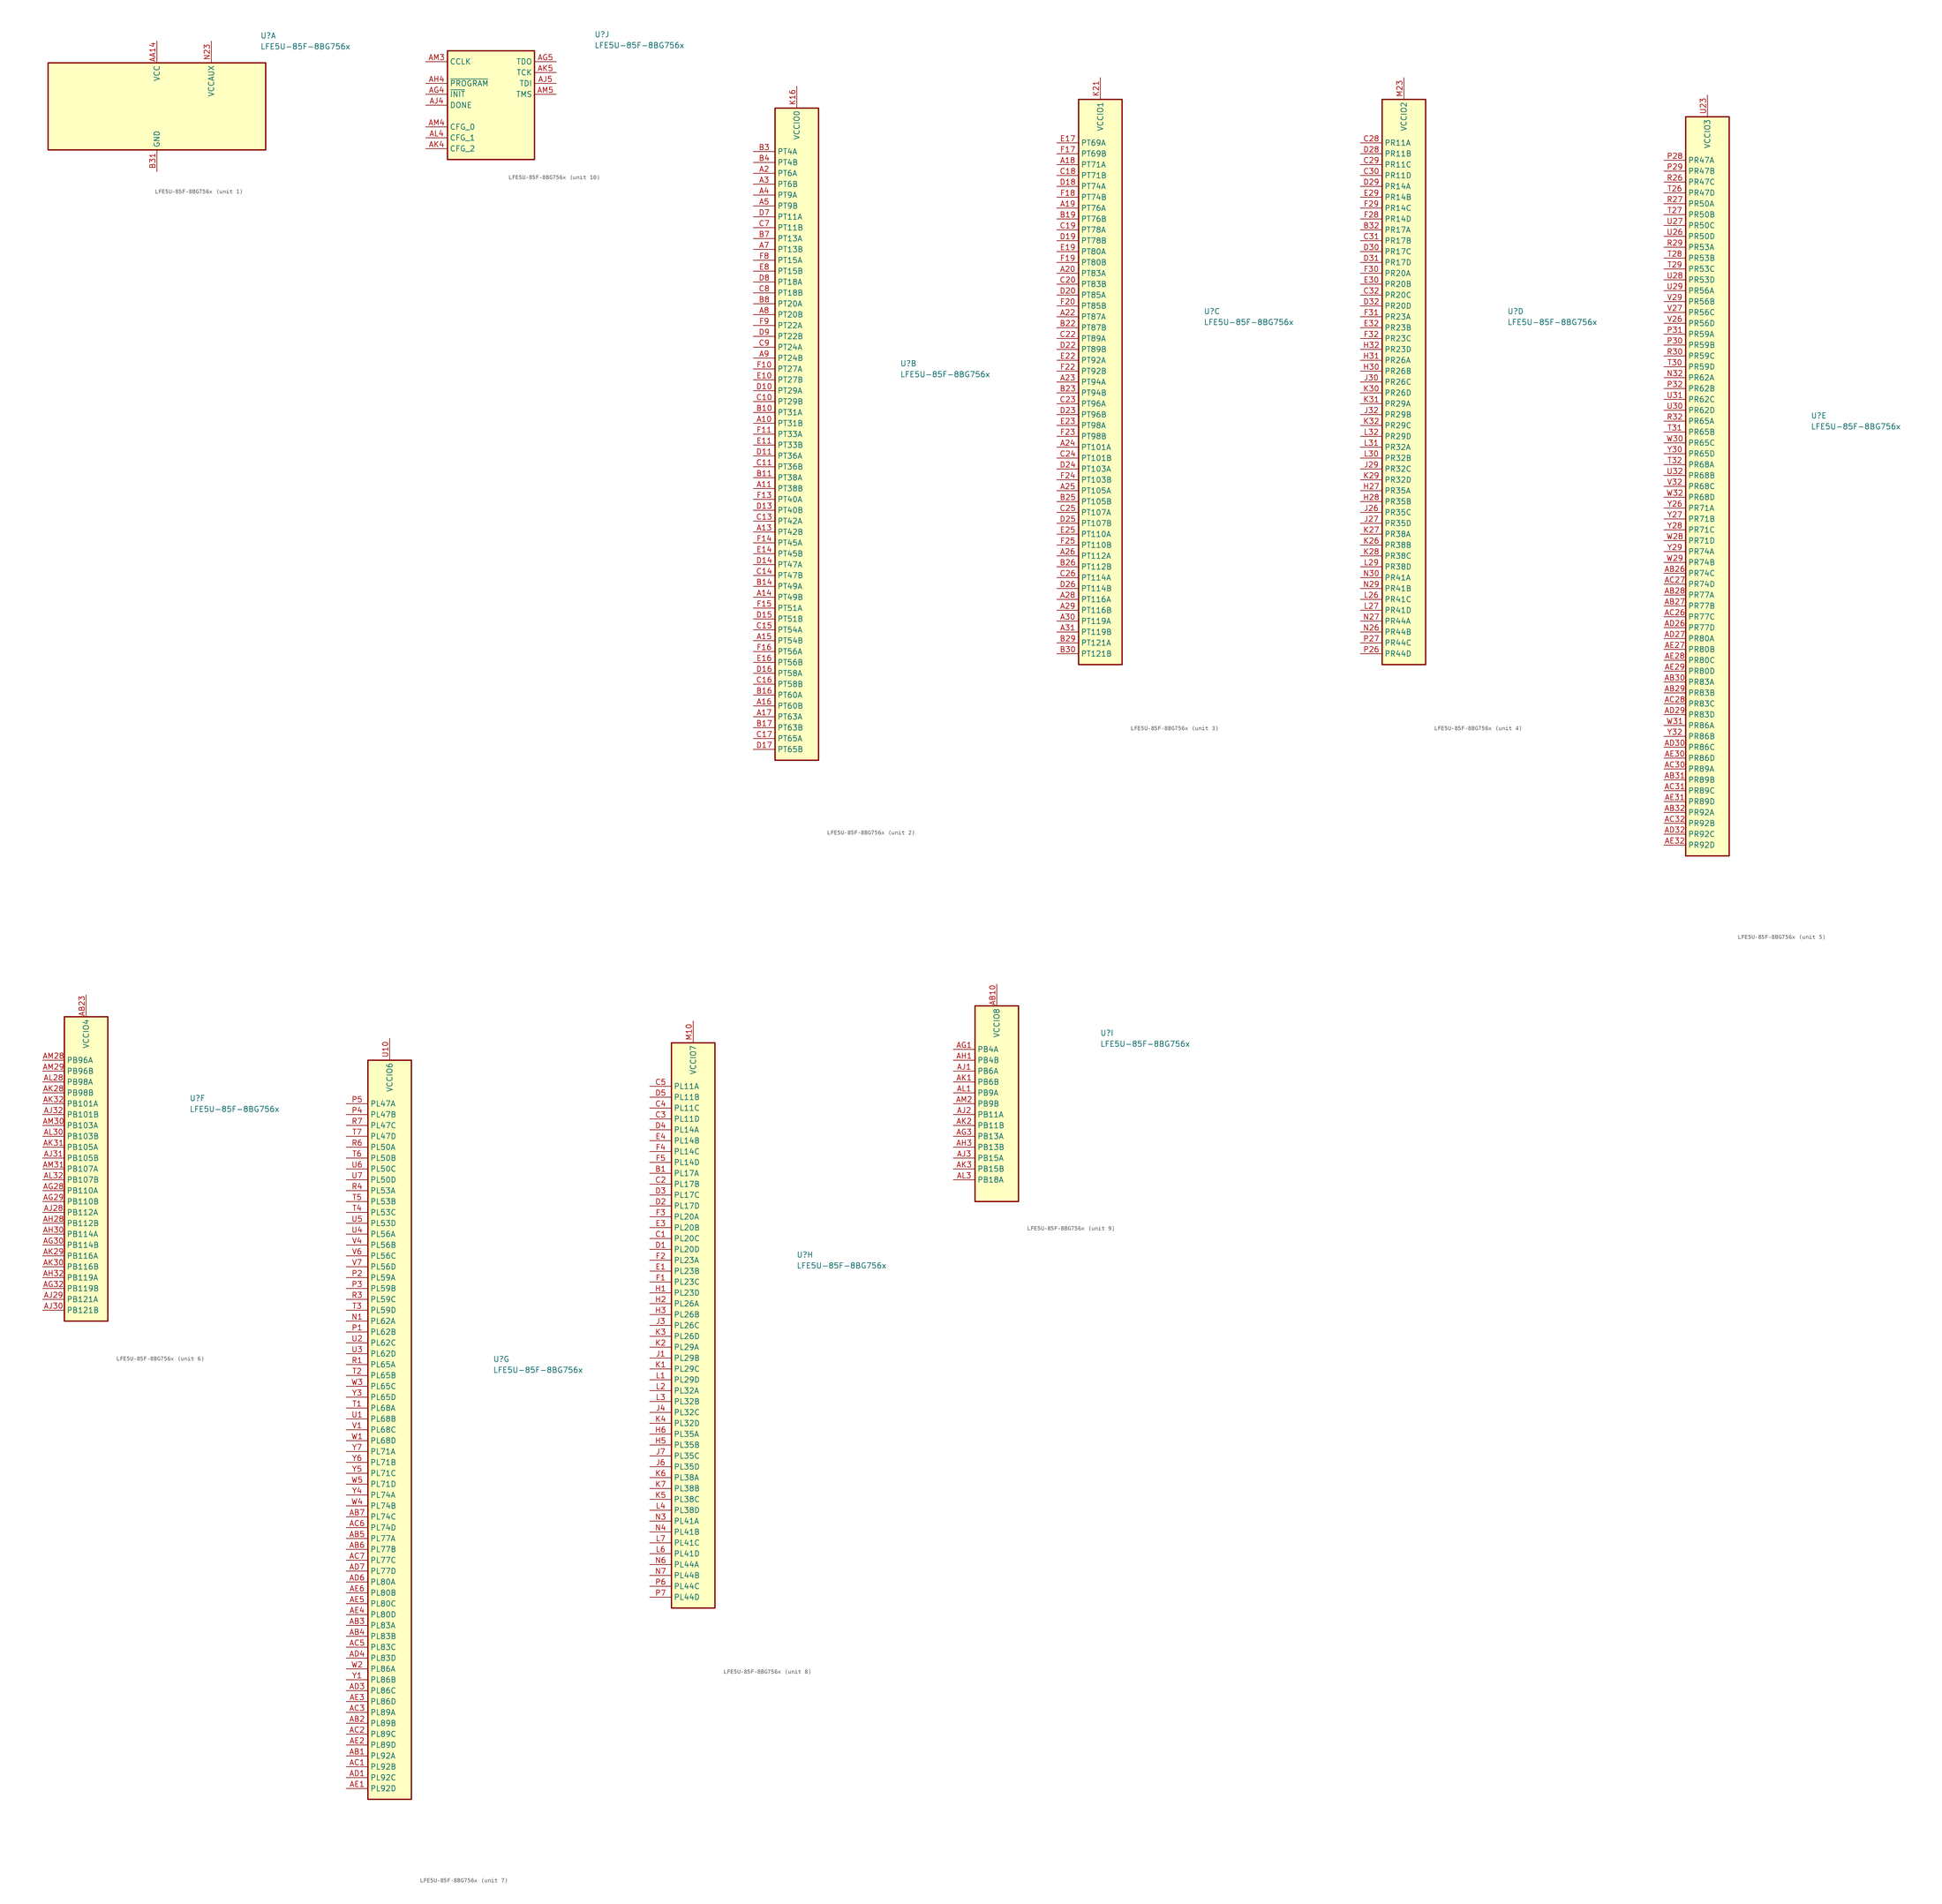
<source format=kicad_sym>
(kicad_symbol_lib
  (version 20201005)
  (generator kicad_symbol_editor)
  (symbol "LFE5U-85F-8BG756x"
    (property "Reference" "U"
      (at 24.13 16.51 0)
      (effects (font (size 1.27 1.27)) (justify left)))
    (property "Value" "LFE5U-85F-8BG756x"
      (at 24.13 13.97 0)
      (effects (font (size 1.27 1.27)) (justify left)))
    (property "ki_locked" ""
      (at 0 0 0)
      (effects (font (size 1.27 1.27))))
    (symbol "LFE5U-85F-8BG756x_1_1"
      (rectangle (start -25.4 10.16) (end 25.4 -10.16) (stroke (width 0.305)) (fill (type background)))
      (pin passive line (at 0 -15.24 90) (length 5.08) hide (name "GND" (effects (font (size 1.27 1.27)))) (number "AA11" (effects (font (size 1.27 1.27)))))
      (pin passive line (at 0 15.24 270) (length 5.08) hide (name "VCC" (effects (font (size 1.27 1.27)))) (number "AA12" (effects (font (size 1.27 1.27)))))
      (pin passive line (at 0 15.24 270) (length 5.08) hide (name "VCC" (effects (font (size 1.27 1.27)))) (number "AA13" (effects (font (size 1.27 1.27)))))
      (pin power_in line (at 0 15.24 270) (length 5.08) (name "VCC" (effects (font (size 1.27 1.27)))) (number "AA14" (effects (font (size 1.27 1.27)))))
      (pin passive line (at 0 15.24 270) (length 5.08) hide (name "VCC" (effects (font (size 1.27 1.27)))) (number "AA15" (effects (font (size 1.27 1.27)))))
      (pin passive line (at 0 15.24 270) (length 5.08) hide (name "VCC" (effects (font (size 1.27 1.27)))) (number "AA16" (effects (font (size 1.27 1.27)))))
      (pin passive line (at 0 15.24 270) (length 5.08) hide (name "VCC" (effects (font (size 1.27 1.27)))) (number "AA17" (effects (font (size 1.27 1.27)))))
      (pin passive line (at 0 15.24 270) (length 5.08) hide (name "VCC" (effects (font (size 1.27 1.27)))) (number "AA18" (effects (font (size 1.27 1.27)))))
      (pin passive line (at 0 15.24 270) (length 5.08) hide (name "VCC" (effects (font (size 1.27 1.27)))) (number "AA19" (effects (font (size 1.27 1.27)))))
      (pin passive line (at 0 15.24 270) (length 5.08) hide (name "VCC" (effects (font (size 1.27 1.27)))) (number "AA20" (effects (font (size 1.27 1.27)))))
      (pin passive line (at 0 15.24 270) (length 5.08) hide (name "VCC" (effects (font (size 1.27 1.27)))) (number "AA21" (effects (font (size 1.27 1.27)))))
      (pin passive line (at 0 -15.24 90) (length 5.08) hide (name "GND" (effects (font (size 1.27 1.27)))) (number "AA22" (effects (font (size 1.27 1.27)))))
      (pin passive line (at 0 -15.24 90) (length 5.08) hide (name "GND" (effects (font (size 1.27 1.27)))) (number "AB11" (effects (font (size 1.27 1.27)))))
      (pin passive line (at 0 -15.24 90) (length 5.08) hide (name "GND" (effects (font (size 1.27 1.27)))) (number "AB12" (effects (font (size 1.27 1.27)))))
      (pin passive line (at 0 -15.24 90) (length 5.08) hide (name "GND" (effects (font (size 1.27 1.27)))) (number "AB13" (effects (font (size 1.27 1.27)))))
      (pin passive line (at 0 -15.24 90) (length 5.08) hide (name "GND" (effects (font (size 1.27 1.27)))) (number "AB14" (effects (font (size 1.27 1.27)))))
      (pin passive line (at 0 -15.24 90) (length 5.08) hide (name "GND" (effects (font (size 1.27 1.27)))) (number "AB15" (effects (font (size 1.27 1.27)))))
      (pin passive line (at 0 -15.24 90) (length 5.08) hide (name "GND" (effects (font (size 1.27 1.27)))) (number "AB16" (effects (font (size 1.27 1.27)))))
      (pin passive line (at 0 -15.24 90) (length 5.08) hide (name "GND" (effects (font (size 1.27 1.27)))) (number "AB17" (effects (font (size 1.27 1.27)))))
      (pin passive line (at 0 -15.24 90) (length 5.08) hide (name "GND" (effects (font (size 1.27 1.27)))) (number "AB18" (effects (font (size 1.27 1.27)))))
      (pin passive line (at 0 -15.24 90) (length 5.08) hide (name "GND" (effects (font (size 1.27 1.27)))) (number "AB19" (effects (font (size 1.27 1.27)))))
      (pin passive line (at 0 -15.24 90) (length 5.08) hide (name "GND" (effects (font (size 1.27 1.27)))) (number "AB20" (effects (font (size 1.27 1.27)))))
      (pin passive line (at 0 -15.24 90) (length 5.08) hide (name "GND" (effects (font (size 1.27 1.27)))) (number "AB21" (effects (font (size 1.27 1.27)))))
      (pin passive line (at 0 -15.24 90) (length 5.08) hide (name "GND" (effects (font (size 1.27 1.27)))) (number "AB22" (effects (font (size 1.27 1.27)))))
      (pin passive line (at 12.7 15.24 270) (length 5.08) hide (name "VCCAUX" (effects (font (size 1.27 1.27)))) (number "AC11" (effects (font (size 1.27 1.27)))))
      (pin passive line (at 0 -15.24 90) (length 5.08) hide (name "GND" (effects (font (size 1.27 1.27)))) (number "AC12" (effects (font (size 1.27 1.27)))))
      (pin passive line (at 0 -15.24 90) (length 5.08) hide (name "GND" (effects (font (size 1.27 1.27)))) (number "AC13" (effects (font (size 1.27 1.27)))))
      (pin passive line (at 0 -15.24 90) (length 5.08) hide (name "GND" (effects (font (size 1.27 1.27)))) (number "AC14" (effects (font (size 1.27 1.27)))))
      (pin passive line (at 0 -15.24 90) (length 5.08) hide (name "GND" (effects (font (size 1.27 1.27)))) (number "AC15" (effects (font (size 1.27 1.27)))))
      (pin passive line (at 0 -15.24 90) (length 5.08) hide (name "GND" (effects (font (size 1.27 1.27)))) (number "AC16" (effects (font (size 1.27 1.27)))))
      (pin passive line (at 0 -15.24 90) (length 5.08) hide (name "GND" (effects (font (size 1.27 1.27)))) (number "AC17" (effects (font (size 1.27 1.27)))))
      (pin passive line (at 0 -15.24 90) (length 5.08) hide (name "GND" (effects (font (size 1.27 1.27)))) (number "AC18" (effects (font (size 1.27 1.27)))))
      (pin passive line (at 0 -15.24 90) (length 5.08) hide (name "GND" (effects (font (size 1.27 1.27)))) (number "AC19" (effects (font (size 1.27 1.27)))))
      (pin passive line (at 0 -15.24 90) (length 5.08) hide (name "GND" (effects (font (size 1.27 1.27)))) (number "AC20" (effects (font (size 1.27 1.27)))))
      (pin passive line (at 0 -15.24 90) (length 5.08) hide (name "GND" (effects (font (size 1.27 1.27)))) (number "AC21" (effects (font (size 1.27 1.27)))))
      (pin passive line (at 12.7 15.24 270) (length 5.08) hide (name "VCCAUX" (effects (font (size 1.27 1.27)))) (number "AC22" (effects (font (size 1.27 1.27)))))
      (pin no_connect line (at 5.08 -10.16 90) (length 5.08) hide (name "NC" (effects (font (size 1.27 1.27)))) (number "AC29" (effects (font (size 1.27 1.27)))))
      (pin passive line (at 0 -15.24 90) (length 5.08) hide (name "GND" (effects (font (size 1.27 1.27)))) (number "AD2" (effects (font (size 1.27 1.27)))))
      (pin passive line (at 0 -15.24 90) (length 5.08) hide (name "GND" (effects (font (size 1.27 1.27)))) (number "AD28" (effects (font (size 1.27 1.27)))))
      (pin passive line (at 0 -15.24 90) (length 5.08) hide (name "GND" (effects (font (size 1.27 1.27)))) (number "AD31" (effects (font (size 1.27 1.27)))))
      (pin passive line (at 0 -15.24 90) (length 5.08) hide (name "GND" (effects (font (size 1.27 1.27)))) (number "AD5" (effects (font (size 1.27 1.27)))))
      (pin no_connect line (at 22.86 -10.16 90) (length 5.08) hide (name "NC" (effects (font (size 1.27 1.27)))) (number "AE26" (effects (font (size 1.27 1.27)))))
      (pin no_connect line (at 22.86 10.16 270) (length 5.08) hide (name "NC" (effects (font (size 1.27 1.27)))) (number "AE7" (effects (font (size 1.27 1.27)))))
      (pin passive line (at 0 -15.24 90) (length 5.08) hide (name "GND" (effects (font (size 1.27 1.27)))) (number "AF11" (effects (font (size 1.27 1.27)))))
      (pin passive line (at 0 -15.24 90) (length 5.08) hide (name "GND" (effects (font (size 1.27 1.27)))) (number "AF12" (effects (font (size 1.27 1.27)))))
      (pin passive line (at 0 -15.24 90) (length 5.08) hide (name "GND" (effects (font (size 1.27 1.27)))) (number "AF14" (effects (font (size 1.27 1.27)))))
      (pin passive line (at 0 -15.24 90) (length 5.08) hide (name "GND" (effects (font (size 1.27 1.27)))) (number "AF15" (effects (font (size 1.27 1.27)))))
      (pin passive line (at 0 -15.24 90) (length 5.08) hide (name "GND" (effects (font (size 1.27 1.27)))) (number "AF16" (effects (font (size 1.27 1.27)))))
      (pin passive line (at 0 -15.24 90) (length 5.08) hide (name "GND" (effects (font (size 1.27 1.27)))) (number "AF17" (effects (font (size 1.27 1.27)))))
      (pin passive line (at 0 -15.24 90) (length 5.08) hide (name "GND" (effects (font (size 1.27 1.27)))) (number "AF19" (effects (font (size 1.27 1.27)))))
      (pin passive line (at 0 -15.24 90) (length 5.08) hide (name "GND" (effects (font (size 1.27 1.27)))) (number "AF20" (effects (font (size 1.27 1.27)))))
      (pin passive line (at 0 -15.24 90) (length 5.08) hide (name "GND" (effects (font (size 1.27 1.27)))) (number "AF22" (effects (font (size 1.27 1.27)))))
      (pin passive line (at 0 -15.24 90) (length 5.08) hide (name "GND" (effects (font (size 1.27 1.27)))) (number "AF23" (effects (font (size 1.27 1.27)))))
      (pin passive line (at 0 -15.24 90) (length 5.08) hide (name "GND" (effects (font (size 1.27 1.27)))) (number "AG11" (effects (font (size 1.27 1.27)))))
      (pin passive line (at 0 -15.24 90) (length 5.08) hide (name "GND" (effects (font (size 1.27 1.27)))) (number "AG12" (effects (font (size 1.27 1.27)))))
      (pin passive line (at 0 -15.24 90) (length 5.08) hide (name "GND" (effects (font (size 1.27 1.27)))) (number "AG14" (effects (font (size 1.27 1.27)))))
      (pin passive line (at 0 -15.24 90) (length 5.08) hide (name "GND" (effects (font (size 1.27 1.27)))) (number "AG15" (effects (font (size 1.27 1.27)))))
      (pin passive line (at 0 -15.24 90) (length 5.08) hide (name "GND" (effects (font (size 1.27 1.27)))) (number "AG16" (effects (font (size 1.27 1.27)))))
      (pin passive line (at 0 -15.24 90) (length 5.08) hide (name "GND" (effects (font (size 1.27 1.27)))) (number "AG17" (effects (font (size 1.27 1.27)))))
      (pin passive line (at 0 -15.24 90) (length 5.08) hide (name "GND" (effects (font (size 1.27 1.27)))) (number "AG19" (effects (font (size 1.27 1.27)))))
      (pin passive line (at 0 -15.24 90) (length 5.08) hide (name "GND" (effects (font (size 1.27 1.27)))) (number "AG20" (effects (font (size 1.27 1.27)))))
      (pin passive line (at 0 -15.24 90) (length 5.08) hide (name "GND" (effects (font (size 1.27 1.27)))) (number "AG22" (effects (font (size 1.27 1.27)))))
      (pin passive line (at 0 -15.24 90) (length 5.08) hide (name "GND" (effects (font (size 1.27 1.27)))) (number "AG23" (effects (font (size 1.27 1.27)))))
      (pin no_connect line (at -17.78 -10.16 90) (length 5.08) hide (name "NC" (effects (font (size 1.27 1.27)))) (number "AG24" (effects (font (size 1.27 1.27)))))
      (pin no_connect line (at 17.78 -10.16 90) (length 5.08) hide (name "NC" (effects (font (size 1.27 1.27)))) (number "AG31" (effects (font (size 1.27 1.27)))))
      (pin passive line (at 0 -15.24 90) (length 5.08) hide (name "GND" (effects (font (size 1.27 1.27)))) (number "AG9" (effects (font (size 1.27 1.27)))))
      (pin passive line (at 0 -15.24 90) (length 5.08) hide (name "GND" (effects (font (size 1.27 1.27)))) (number "AH11" (effects (font (size 1.27 1.27)))))
      (pin passive line (at 0 -15.24 90) (length 5.08) hide (name "GND" (effects (font (size 1.27 1.27)))) (number "AH12" (effects (font (size 1.27 1.27)))))
      (pin passive line (at 0 -15.24 90) (length 5.08) hide (name "GND" (effects (font (size 1.27 1.27)))) (number "AH14" (effects (font (size 1.27 1.27)))))
      (pin passive line (at 0 -15.24 90) (length 5.08) hide (name "GND" (effects (font (size 1.27 1.27)))) (number "AH15" (effects (font (size 1.27 1.27)))))
      (pin passive line (at 0 -15.24 90) (length 5.08) hide (name "GND" (effects (font (size 1.27 1.27)))) (number "AH16" (effects (font (size 1.27 1.27)))))
      (pin passive line (at 0 -15.24 90) (length 5.08) hide (name "GND" (effects (font (size 1.27 1.27)))) (number "AH17" (effects (font (size 1.27 1.27)))))
      (pin passive line (at 0 -15.24 90) (length 5.08) hide (name "GND" (effects (font (size 1.27 1.27)))) (number "AH19" (effects (font (size 1.27 1.27)))))
      (pin passive line (at 0 -15.24 90) (length 5.08) hide (name "GND" (effects (font (size 1.27 1.27)))) (number "AH2" (effects (font (size 1.27 1.27)))))
      (pin passive line (at 0 -15.24 90) (length 5.08) hide (name "GND" (effects (font (size 1.27 1.27)))) (number "AH20" (effects (font (size 1.27 1.27)))))
      (pin passive line (at 0 -15.24 90) (length 5.08) hide (name "GND" (effects (font (size 1.27 1.27)))) (number "AH22" (effects (font (size 1.27 1.27)))))
      (pin passive line (at 0 -15.24 90) (length 5.08) hide (name "GND" (effects (font (size 1.27 1.27)))) (number "AH23" (effects (font (size 1.27 1.27)))))
      (pin passive line (at 0 -15.24 90) (length 5.08) hide (name "GND" (effects (font (size 1.27 1.27)))) (number "AH24" (effects (font (size 1.27 1.27)))))
      (pin passive line (at 0 -15.24 90) (length 5.08) hide (name "GND" (effects (font (size 1.27 1.27)))) (number "AH25" (effects (font (size 1.27 1.27)))))
      (pin passive line (at 0 -15.24 90) (length 5.08) hide (name "GND" (effects (font (size 1.27 1.27)))) (number "AH26" (effects (font (size 1.27 1.27)))))
      (pin passive line (at 0 -15.24 90) (length 5.08) hide (name "GND" (effects (font (size 1.27 1.27)))) (number "AH29" (effects (font (size 1.27 1.27)))))
      (pin passive line (at 0 -15.24 90) (length 5.08) hide (name "GND" (effects (font (size 1.27 1.27)))) (number "AH31" (effects (font (size 1.27 1.27)))))
      (pin passive line (at 0 -15.24 90) (length 5.08) hide (name "GND" (effects (font (size 1.27 1.27)))) (number "AH5" (effects (font (size 1.27 1.27)))))
      (pin passive line (at 0 -15.24 90) (length 5.08) hide (name "GND" (effects (font (size 1.27 1.27)))) (number "AH7" (effects (font (size 1.27 1.27)))))
      (pin passive line (at 0 -15.24 90) (length 5.08) hide (name "GND" (effects (font (size 1.27 1.27)))) (number "AH8" (effects (font (size 1.27 1.27)))))
      (pin passive line (at 0 -15.24 90) (length 5.08) hide (name "GND" (effects (font (size 1.27 1.27)))) (number "AH9" (effects (font (size 1.27 1.27)))))
      (pin passive line (at 0 -15.24 90) (length 5.08) hide (name "GND" (effects (font (size 1.27 1.27)))) (number "AJ10" (effects (font (size 1.27 1.27)))))
      (pin passive line (at 0 -15.24 90) (length 5.08) hide (name "GND" (effects (font (size 1.27 1.27)))) (number "AJ11" (effects (font (size 1.27 1.27)))))
      (pin passive line (at 0 -15.24 90) (length 5.08) hide (name "GND" (effects (font (size 1.27 1.27)))) (number "AJ12" (effects (font (size 1.27 1.27)))))
      (pin passive line (at 0 -15.24 90) (length 5.08) hide (name "GND" (effects (font (size 1.27 1.27)))) (number "AJ13" (effects (font (size 1.27 1.27)))))
      (pin passive line (at 0 -15.24 90) (length 5.08) hide (name "GND" (effects (font (size 1.27 1.27)))) (number "AJ14" (effects (font (size 1.27 1.27)))))
      (pin passive line (at 0 -15.24 90) (length 5.08) hide (name "GND" (effects (font (size 1.27 1.27)))) (number "AJ15" (effects (font (size 1.27 1.27)))))
      (pin passive line (at 0 -15.24 90) (length 5.08) hide (name "GND" (effects (font (size 1.27 1.27)))) (number "AJ16" (effects (font (size 1.27 1.27)))))
      (pin passive line (at 0 -15.24 90) (length 5.08) hide (name "GND" (effects (font (size 1.27 1.27)))) (number "AJ17" (effects (font (size 1.27 1.27)))))
      (pin passive line (at 0 -15.24 90) (length 5.08) hide (name "GND" (effects (font (size 1.27 1.27)))) (number "AJ18" (effects (font (size 1.27 1.27)))))
      (pin passive line (at 0 -15.24 90) (length 5.08) hide (name "GND" (effects (font (size 1.27 1.27)))) (number "AJ19" (effects (font (size 1.27 1.27)))))
      (pin passive line (at 0 -15.24 90) (length 5.08) hide (name "GND" (effects (font (size 1.27 1.27)))) (number "AJ20" (effects (font (size 1.27 1.27)))))
      (pin passive line (at 0 -15.24 90) (length 5.08) hide (name "GND" (effects (font (size 1.27 1.27)))) (number "AJ21" (effects (font (size 1.27 1.27)))))
      (pin passive line (at 0 -15.24 90) (length 5.08) hide (name "GND" (effects (font (size 1.27 1.27)))) (number "AJ22" (effects (font (size 1.27 1.27)))))
      (pin passive line (at 0 -15.24 90) (length 5.08) hide (name "GND" (effects (font (size 1.27 1.27)))) (number "AJ23" (effects (font (size 1.27 1.27)))))
      (pin passive line (at 0 -15.24 90) (length 5.08) hide (name "GND" (effects (font (size 1.27 1.27)))) (number "AJ24" (effects (font (size 1.27 1.27)))))
      (pin passive line (at 0 -15.24 90) (length 5.08) hide (name "GND" (effects (font (size 1.27 1.27)))) (number "AJ25" (effects (font (size 1.27 1.27)))))
      (pin passive line (at 0 -15.24 90) (length 5.08) hide (name "GND" (effects (font (size 1.27 1.27)))) (number "AJ26" (effects (font (size 1.27 1.27)))))
      (pin passive line (at 0 -15.24 90) (length 5.08) hide (name "GND" (effects (font (size 1.27 1.27)))) (number "AJ7" (effects (font (size 1.27 1.27)))))
      (pin passive line (at 0 -15.24 90) (length 5.08) hide (name "GND" (effects (font (size 1.27 1.27)))) (number "AJ8" (effects (font (size 1.27 1.27)))))
      (pin passive line (at 0 -15.24 90) (length 5.08) hide (name "GND" (effects (font (size 1.27 1.27)))) (number "AJ9" (effects (font (size 1.27 1.27)))))
      (pin no_connect line (at -25.4 0 0) (length 5.08) hide (name "RESERVED" (effects (font (size 1.27 1.27)))) (number "AK10" (effects (font (size 1.27 1.27)))))
      (pin passive line (at 0 -15.24 90) (length 5.08) hide (name "GND" (effects (font (size 1.27 1.27)))) (number "AK11" (effects (font (size 1.27 1.27)))))
      (pin no_connect line (at -25.4 -2.54 0) (length 5.08) hide (name "RESERVED" (effects (font (size 1.27 1.27)))) (number "AK12" (effects (font (size 1.27 1.27)))))
      (pin no_connect line (at -25.4 -5.08 0) (length 5.08) hide (name "RESERVED" (effects (font (size 1.27 1.27)))) (number "AK13" (effects (font (size 1.27 1.27)))))
      (pin passive line (at 0 -15.24 90) (length 5.08) hide (name "GND" (effects (font (size 1.27 1.27)))) (number "AK14" (effects (font (size 1.27 1.27)))))
      (pin passive line (at 0 -15.24 90) (length 5.08) hide (name "GND" (effects (font (size 1.27 1.27)))) (number "AK17" (effects (font (size 1.27 1.27)))))
      (pin no_connect line (at 25.4 2.54 180) (length 5.08) hide (name "RESERVED" (effects (font (size 1.27 1.27)))) (number "AK18" (effects (font (size 1.27 1.27)))))
      (pin no_connect line (at 25.4 0 180) (length 5.08) hide (name "RESERVED" (effects (font (size 1.27 1.27)))) (number "AK19" (effects (font (size 1.27 1.27)))))
      (pin passive line (at 0 -15.24 90) (length 5.08) hide (name "GND" (effects (font (size 1.27 1.27)))) (number "AK20" (effects (font (size 1.27 1.27)))))
      (pin no_connect line (at 25.4 -2.54 180) (length 5.08) hide (name "RESERVED" (effects (font (size 1.27 1.27)))) (number "AK21" (effects (font (size 1.27 1.27)))))
      (pin no_connect line (at 25.4 -5.08 180) (length 5.08) hide (name "RESERVED" (effects (font (size 1.27 1.27)))) (number "AK22" (effects (font (size 1.27 1.27)))))
      (pin passive line (at 0 -15.24 90) (length 5.08) hide (name "GND" (effects (font (size 1.27 1.27)))) (number "AK23" (effects (font (size 1.27 1.27)))))
      (pin passive line (at 0 -15.24 90) (length 5.08) hide (name "GND" (effects (font (size 1.27 1.27)))) (number "AK26" (effects (font (size 1.27 1.27)))))
      (pin passive line (at 0 -15.24 90) (length 5.08) hide (name "GND" (effects (font (size 1.27 1.27)))) (number "AK7" (effects (font (size 1.27 1.27)))))
      (pin passive line (at 0 -15.24 90) (length 5.08) hide (name "GND" (effects (font (size 1.27 1.27)))) (number "AK8" (effects (font (size 1.27 1.27)))))
      (pin no_connect line (at -25.4 2.54 0) (length 5.08) hide (name "RESERVED" (effects (font (size 1.27 1.27)))) (number "AK9" (effects (font (size 1.27 1.27)))))
      (pin passive line (at 0 -15.24 90) (length 5.08) hide (name "GND" (effects (font (size 1.27 1.27)))) (number "AL11" (effects (font (size 1.27 1.27)))))
      (pin passive line (at 0 -15.24 90) (length 5.08) hide (name "GND" (effects (font (size 1.27 1.27)))) (number "AL12" (effects (font (size 1.27 1.27)))))
      (pin passive line (at 0 -15.24 90) (length 5.08) hide (name "GND" (effects (font (size 1.27 1.27)))) (number "AL14" (effects (font (size 1.27 1.27)))))
      (pin passive line (at 0 -15.24 90) (length 5.08) hide (name "GND" (effects (font (size 1.27 1.27)))) (number "AL15" (effects (font (size 1.27 1.27)))))
      (pin passive line (at 0 -15.24 90) (length 5.08) hide (name "GND" (effects (font (size 1.27 1.27)))) (number "AL17" (effects (font (size 1.27 1.27)))))
      (pin passive line (at 0 -15.24 90) (length 5.08) hide (name "GND" (effects (font (size 1.27 1.27)))) (number "AL18" (effects (font (size 1.27 1.27)))))
      (pin passive line (at 0 -15.24 90) (length 5.08) hide (name "GND" (effects (font (size 1.27 1.27)))) (number "AL2" (effects (font (size 1.27 1.27)))))
      (pin passive line (at 0 -15.24 90) (length 5.08) hide (name "GND" (effects (font (size 1.27 1.27)))) (number "AL20" (effects (font (size 1.27 1.27)))))
      (pin passive line (at 0 -15.24 90) (length 5.08) hide (name "GND" (effects (font (size 1.27 1.27)))) (number "AL21" (effects (font (size 1.27 1.27)))))
      (pin passive line (at 0 -15.24 90) (length 5.08) hide (name "GND" (effects (font (size 1.27 1.27)))) (number "AL23" (effects (font (size 1.27 1.27)))))
      (pin passive line (at 0 -15.24 90) (length 5.08) hide (name "GND" (effects (font (size 1.27 1.27)))) (number "AL24" (effects (font (size 1.27 1.27)))))
      (pin passive line (at 0 -15.24 90) (length 5.08) hide (name "GND" (effects (font (size 1.27 1.27)))) (number "AL26" (effects (font (size 1.27 1.27)))))
      (pin passive line (at 0 -15.24 90) (length 5.08) hide (name "GND" (effects (font (size 1.27 1.27)))) (number "AL29" (effects (font (size 1.27 1.27)))))
      (pin passive line (at 0 -15.24 90) (length 5.08) hide (name "GND" (effects (font (size 1.27 1.27)))) (number "AL31" (effects (font (size 1.27 1.27)))))
      (pin passive line (at 0 -15.24 90) (length 5.08) hide (name "GND" (effects (font (size 1.27 1.27)))) (number "AL5" (effects (font (size 1.27 1.27)))))
      (pin passive line (at 0 -15.24 90) (length 5.08) hide (name "GND" (effects (font (size 1.27 1.27)))) (number "AL7" (effects (font (size 1.27 1.27)))))
      (pin passive line (at 0 -15.24 90) (length 5.08) hide (name "GND" (effects (font (size 1.27 1.27)))) (number "AL8" (effects (font (size 1.27 1.27)))))
      (pin passive line (at 0 -15.24 90) (length 5.08) hide (name "GND" (effects (font (size 1.27 1.27)))) (number "AL9" (effects (font (size 1.27 1.27)))))
      (pin passive line (at 0 -15.24 90) (length 5.08) hide (name "GND" (effects (font (size 1.27 1.27)))) (number "AM11" (effects (font (size 1.27 1.27)))))
      (pin passive line (at 0 -15.24 90) (length 5.08) hide (name "GND" (effects (font (size 1.27 1.27)))) (number "AM12" (effects (font (size 1.27 1.27)))))
      (pin passive line (at 0 -15.24 90) (length 5.08) hide (name "GND" (effects (font (size 1.27 1.27)))) (number "AM14" (effects (font (size 1.27 1.27)))))
      (pin passive line (at 0 -15.24 90) (length 5.08) hide (name "GND" (effects (font (size 1.27 1.27)))) (number "AM15" (effects (font (size 1.27 1.27)))))
      (pin passive line (at 0 -15.24 90) (length 5.08) hide (name "GND" (effects (font (size 1.27 1.27)))) (number "AM17" (effects (font (size 1.27 1.27)))))
      (pin passive line (at 0 -15.24 90) (length 5.08) hide (name "GND" (effects (font (size 1.27 1.27)))) (number "AM18" (effects (font (size 1.27 1.27)))))
      (pin passive line (at 0 -15.24 90) (length 5.08) hide (name "GND" (effects (font (size 1.27 1.27)))) (number "AM20" (effects (font (size 1.27 1.27)))))
      (pin passive line (at 0 -15.24 90) (length 5.08) hide (name "GND" (effects (font (size 1.27 1.27)))) (number "AM21" (effects (font (size 1.27 1.27)))))
      (pin passive line (at 0 -15.24 90) (length 5.08) hide (name "GND" (effects (font (size 1.27 1.27)))) (number "AM23" (effects (font (size 1.27 1.27)))))
      (pin passive line (at 0 -15.24 90) (length 5.08) hide (name "GND" (effects (font (size 1.27 1.27)))) (number "AM24" (effects (font (size 1.27 1.27)))))
      (pin passive line (at 0 -15.24 90) (length 5.08) hide (name "GND" (effects (font (size 1.27 1.27)))) (number "AM26" (effects (font (size 1.27 1.27)))))
      (pin passive line (at 0 -15.24 90) (length 5.08) hide (name "GND" (effects (font (size 1.27 1.27)))) (number "AM7" (effects (font (size 1.27 1.27)))))
      (pin passive line (at 0 -15.24 90) (length 5.08) hide (name "GND" (effects (font (size 1.27 1.27)))) (number "AM8" (effects (font (size 1.27 1.27)))))
      (pin passive line (at 0 -15.24 90) (length 5.08) hide (name "GND" (effects (font (size 1.27 1.27)))) (number "AM9" (effects (font (size 1.27 1.27)))))
      (pin passive line (at 0 -15.24 90) (length 5.08) hide (name "GND" (effects (font (size 1.27 1.27)))) (number "B13" (effects (font (size 1.27 1.27)))))
      (pin passive line (at 0 -15.24 90) (length 5.08) hide (name "GND" (effects (font (size 1.27 1.27)))) (number "B15" (effects (font (size 1.27 1.27)))))
      (pin passive line (at 0 -15.24 90) (length 5.08) hide (name "GND" (effects (font (size 1.27 1.27)))) (number "B18" (effects (font (size 1.27 1.27)))))
      (pin passive line (at 0 -15.24 90) (length 5.08) hide (name "GND" (effects (font (size 1.27 1.27)))) (number "B2" (effects (font (size 1.27 1.27)))))
      (pin passive line (at 0 -15.24 90) (length 5.08) hide (name "GND" (effects (font (size 1.27 1.27)))) (number "B20" (effects (font (size 1.27 1.27)))))
      (pin passive line (at 0 -15.24 90) (length 5.08) hide (name "GND" (effects (font (size 1.27 1.27)))) (number "B24" (effects (font (size 1.27 1.27)))))
      (pin passive line (at 0 -15.24 90) (length 5.08) hide (name "GND" (effects (font (size 1.27 1.27)))) (number "B28" (effects (font (size 1.27 1.27)))))
      (pin power_in line (at 0 -15.24 90) (length 5.08) (name "GND" (effects (font (size 1.27 1.27)))) (number "B31" (effects (font (size 1.27 1.27)))))
      (pin passive line (at 0 -15.24 90) (length 5.08) hide (name "GND" (effects (font (size 1.27 1.27)))) (number "B5" (effects (font (size 1.27 1.27)))))
      (pin passive line (at 0 -15.24 90) (length 5.08) hide (name "GND" (effects (font (size 1.27 1.27)))) (number "B9" (effects (font (size 1.27 1.27)))))
      (pin passive line (at 0 -15.24 90) (length 5.08) hide (name "GND" (effects (font (size 1.27 1.27)))) (number "E13" (effects (font (size 1.27 1.27)))))
      (pin passive line (at 0 -15.24 90) (length 5.08) hide (name "GND" (effects (font (size 1.27 1.27)))) (number "E15" (effects (font (size 1.27 1.27)))))
      (pin passive line (at 0 -15.24 90) (length 5.08) hide (name "GND" (effects (font (size 1.27 1.27)))) (number "E18" (effects (font (size 1.27 1.27)))))
      (pin passive line (at 0 -15.24 90) (length 5.08) hide (name "GND" (effects (font (size 1.27 1.27)))) (number "E2" (effects (font (size 1.27 1.27)))))
      (pin passive line (at 0 -15.24 90) (length 5.08) hide (name "GND" (effects (font (size 1.27 1.27)))) (number "E20" (effects (font (size 1.27 1.27)))))
      (pin passive line (at 0 -15.24 90) (length 5.08) hide (name "GND" (effects (font (size 1.27 1.27)))) (number "E24" (effects (font (size 1.27 1.27)))))
      (pin no_connect line (at 15.24 10.16 270) (length 5.08) hide (name "NC" (effects (font (size 1.27 1.27)))) (number "E26" (effects (font (size 1.27 1.27)))))
      (pin passive line (at 0 -15.24 90) (length 5.08) hide (name "GND" (effects (font (size 1.27 1.27)))) (number "E28" (effects (font (size 1.27 1.27)))))
      (pin passive line (at 0 -15.24 90) (length 5.08) hide (name "GND" (effects (font (size 1.27 1.27)))) (number "E31" (effects (font (size 1.27 1.27)))))
      (pin passive line (at 0 -15.24 90) (length 5.08) hide (name "GND" (effects (font (size 1.27 1.27)))) (number "E5" (effects (font (size 1.27 1.27)))))
      (pin no_connect line (at 2.54 10.16 270) (length 5.08) hide (name "NC" (effects (font (size 1.27 1.27)))) (number "E7" (effects (font (size 1.27 1.27)))))
      (pin passive line (at 0 -15.24 90) (length 5.08) hide (name "GND" (effects (font (size 1.27 1.27)))) (number "E9" (effects (font (size 1.27 1.27)))))
      (pin no_connect line (at 20.32 -10.16 90) (length 5.08) hide (name "NC" (effects (font (size 1.27 1.27)))) (number "G10" (effects (font (size 1.27 1.27)))))
      (pin no_connect line (at 2.54 -10.16 90) (length 5.08) hide (name "NC" (effects (font (size 1.27 1.27)))) (number "G11" (effects (font (size 1.27 1.27)))))
      (pin no_connect line (at -20.32 -10.16 90) (length 5.08) hide (name "NC" (effects (font (size 1.27 1.27)))) (number "G14" (effects (font (size 1.27 1.27)))))
      (pin no_connect line (at -22.86 -10.16 90) (length 5.08) hide (name "NC" (effects (font (size 1.27 1.27)))) (number "G15" (effects (font (size 1.27 1.27)))))
      (pin no_connect line (at -2.54 -10.16 90) (length 5.08) hide (name "NC" (effects (font (size 1.27 1.27)))) (number "G16" (effects (font (size 1.27 1.27)))))
      (pin no_connect line (at -5.08 -10.16 90) (length 5.08) hide (name "NC" (effects (font (size 1.27 1.27)))) (number "G17" (effects (font (size 1.27 1.27)))))
      (pin no_connect line (at -7.62 -10.16 90) (length 5.08) hide (name "NC" (effects (font (size 1.27 1.27)))) (number "G18" (effects (font (size 1.27 1.27)))))
      (pin no_connect line (at -10.16 -10.16 90) (length 5.08) hide (name "NC" (effects (font (size 1.27 1.27)))) (number "G19" (effects (font (size 1.27 1.27)))))
      (pin no_connect line (at -12.7 -10.16 90) (length 5.08) hide (name "NC" (effects (font (size 1.27 1.27)))) (number "G22" (effects (font (size 1.27 1.27)))))
      (pin no_connect line (at -15.24 -10.16 90) (length 5.08) hide (name "NC" (effects (font (size 1.27 1.27)))) (number "G23" (effects (font (size 1.27 1.27)))))
      (pin no_connect line (at 10.16 10.16 270) (length 5.08) hide (name "NC" (effects (font (size 1.27 1.27)))) (number "G24" (effects (font (size 1.27 1.27)))))
      (pin no_connect line (at -2.54 10.16 270) (length 5.08) hide (name "NC" (effects (font (size 1.27 1.27)))) (number "G9" (effects (font (size 1.27 1.27)))))
      (pin no_connect line (at 12.7 -10.16 90) (length 5.08) hide (name "NC" (effects (font (size 1.27 1.27)))) (number "H29" (effects (font (size 1.27 1.27)))))
      (pin passive line (at 0 -15.24 90) (length 5.08) hide (name "GND" (effects (font (size 1.27 1.27)))) (number "J2" (effects (font (size 1.27 1.27)))))
      (pin passive line (at 0 -15.24 90) (length 5.08) hide (name "GND" (effects (font (size 1.27 1.27)))) (number "J28" (effects (font (size 1.27 1.27)))))
      (pin passive line (at 0 -15.24 90) (length 5.08) hide (name "GND" (effects (font (size 1.27 1.27)))) (number "J31" (effects (font (size 1.27 1.27)))))
      (pin passive line (at 0 -15.24 90) (length 5.08) hide (name "GND" (effects (font (size 1.27 1.27)))) (number "J5" (effects (font (size 1.27 1.27)))))
      (pin passive line (at 0 -15.24 90) (length 5.08) hide (name "GND" (effects (font (size 1.27 1.27)))) (number "K10" (effects (font (size 1.27 1.27)))))
      (pin passive line (at 0 -15.24 90) (length 5.08) hide (name "GND" (effects (font (size 1.27 1.27)))) (number "K11" (effects (font (size 1.27 1.27)))))
      (pin passive line (at 12.7 15.24 270) (length 5.08) hide (name "VCCAUX" (effects (font (size 1.27 1.27)))) (number "K13" (effects (font (size 1.27 1.27)))))
      (pin passive line (at 12.7 15.24 270) (length 5.08) hide (name "VCCAUX" (effects (font (size 1.27 1.27)))) (number "K20" (effects (font (size 1.27 1.27)))))
      (pin passive line (at 0 -15.24 90) (length 5.08) hide (name "GND" (effects (font (size 1.27 1.27)))) (number "K22" (effects (font (size 1.27 1.27)))))
      (pin passive line (at 0 -15.24 90) (length 5.08) hide (name "GND" (effects (font (size 1.27 1.27)))) (number "K23" (effects (font (size 1.27 1.27)))))
      (pin passive line (at 0 -15.24 90) (length 5.08) hide (name "GND" (effects (font (size 1.27 1.27)))) (number "L10" (effects (font (size 1.27 1.27)))))
      (pin passive line (at 0 -15.24 90) (length 5.08) hide (name "GND" (effects (font (size 1.27 1.27)))) (number "L11" (effects (font (size 1.27 1.27)))))
      (pin passive line (at 0 -15.24 90) (length 5.08) hide (name "GND" (effects (font (size 1.27 1.27)))) (number "L12" (effects (font (size 1.27 1.27)))))
      (pin passive line (at 0 -15.24 90) (length 5.08) hide (name "GND" (effects (font (size 1.27 1.27)))) (number "L13" (effects (font (size 1.27 1.27)))))
      (pin passive line (at 0 -15.24 90) (length 5.08) hide (name "GND" (effects (font (size 1.27 1.27)))) (number "L14" (effects (font (size 1.27 1.27)))))
      (pin passive line (at 0 -15.24 90) (length 5.08) hide (name "GND" (effects (font (size 1.27 1.27)))) (number "L15" (effects (font (size 1.27 1.27)))))
      (pin passive line (at 0 -15.24 90) (length 5.08) hide (name "GND" (effects (font (size 1.27 1.27)))) (number "L16" (effects (font (size 1.27 1.27)))))
      (pin passive line (at 0 -15.24 90) (length 5.08) hide (name "GND" (effects (font (size 1.27 1.27)))) (number "L17" (effects (font (size 1.27 1.27)))))
      (pin passive line (at 0 -15.24 90) (length 5.08) hide (name "GND" (effects (font (size 1.27 1.27)))) (number "L18" (effects (font (size 1.27 1.27)))))
      (pin passive line (at 0 -15.24 90) (length 5.08) hide (name "GND" (effects (font (size 1.27 1.27)))) (number "L19" (effects (font (size 1.27 1.27)))))
      (pin passive line (at 0 -15.24 90) (length 5.08) hide (name "GND" (effects (font (size 1.27 1.27)))) (number "L20" (effects (font (size 1.27 1.27)))))
      (pin passive line (at 0 -15.24 90) (length 5.08) hide (name "GND" (effects (font (size 1.27 1.27)))) (number "L21" (effects (font (size 1.27 1.27)))))
      (pin passive line (at 0 -15.24 90) (length 5.08) hide (name "GND" (effects (font (size 1.27 1.27)))) (number "L22" (effects (font (size 1.27 1.27)))))
      (pin passive line (at 0 -15.24 90) (length 5.08) hide (name "GND" (effects (font (size 1.27 1.27)))) (number "L23" (effects (font (size 1.27 1.27)))))
      (pin no_connect line (at 7.62 -10.16 90) (length 5.08) hide (name "NC" (effects (font (size 1.27 1.27)))) (number "L28" (effects (font (size 1.27 1.27)))))
      (pin passive line (at 0 -15.24 90) (length 5.08) hide (name "GND" (effects (font (size 1.27 1.27)))) (number "M11" (effects (font (size 1.27 1.27)))))
      (pin passive line (at 0 15.24 270) (length 5.08) hide (name "VCC" (effects (font (size 1.27 1.27)))) (number "M12" (effects (font (size 1.27 1.27)))))
      (pin passive line (at 0 15.24 270) (length 5.08) hide (name "VCC" (effects (font (size 1.27 1.27)))) (number "M13" (effects (font (size 1.27 1.27)))))
      (pin passive line (at 0 15.24 270) (length 5.08) hide (name "VCC" (effects (font (size 1.27 1.27)))) (number "M14" (effects (font (size 1.27 1.27)))))
      (pin passive line (at 0 15.24 270) (length 5.08) hide (name "VCC" (effects (font (size 1.27 1.27)))) (number "M15" (effects (font (size 1.27 1.27)))))
      (pin passive line (at 0 15.24 270) (length 5.08) hide (name "VCC" (effects (font (size 1.27 1.27)))) (number "M16" (effects (font (size 1.27 1.27)))))
      (pin passive line (at 0 15.24 270) (length 5.08) hide (name "VCC" (effects (font (size 1.27 1.27)))) (number "M17" (effects (font (size 1.27 1.27)))))
      (pin passive line (at 0 15.24 270) (length 5.08) hide (name "VCC" (effects (font (size 1.27 1.27)))) (number "M18" (effects (font (size 1.27 1.27)))))
      (pin passive line (at 0 15.24 270) (length 5.08) hide (name "VCC" (effects (font (size 1.27 1.27)))) (number "M19" (effects (font (size 1.27 1.27)))))
      (pin passive line (at 0 15.24 270) (length 5.08) hide (name "VCC" (effects (font (size 1.27 1.27)))) (number "M20" (effects (font (size 1.27 1.27)))))
      (pin passive line (at 0 15.24 270) (length 5.08) hide (name "VCC" (effects (font (size 1.27 1.27)))) (number "M21" (effects (font (size 1.27 1.27)))))
      (pin passive line (at 0 -15.24 90) (length 5.08) hide (name "GND" (effects (font (size 1.27 1.27)))) (number "M22" (effects (font (size 1.27 1.27)))))
      (pin passive line (at 12.7 15.24 270) (length 5.08) hide (name "VCCAUX" (effects (font (size 1.27 1.27)))) (number "N10" (effects (font (size 1.27 1.27)))))
      (pin passive line (at 0 -15.24 90) (length 5.08) hide (name "GND" (effects (font (size 1.27 1.27)))) (number "N11" (effects (font (size 1.27 1.27)))))
      (pin passive line (at 0 15.24 270) (length 5.08) hide (name "VCC" (effects (font (size 1.27 1.27)))) (number "N12" (effects (font (size 1.27 1.27)))))
      (pin passive line (at 0 -15.24 90) (length 5.08) hide (name "GND" (effects (font (size 1.27 1.27)))) (number "N13" (effects (font (size 1.27 1.27)))))
      (pin passive line (at 0 -15.24 90) (length 5.08) hide (name "GND" (effects (font (size 1.27 1.27)))) (number "N14" (effects (font (size 1.27 1.27)))))
      (pin passive line (at 0 -15.24 90) (length 5.08) hide (name "GND" (effects (font (size 1.27 1.27)))) (number "N15" (effects (font (size 1.27 1.27)))))
      (pin passive line (at 0 -15.24 90) (length 5.08) hide (name "GND" (effects (font (size 1.27 1.27)))) (number "N16" (effects (font (size 1.27 1.27)))))
      (pin passive line (at 0 -15.24 90) (length 5.08) hide (name "GND" (effects (font (size 1.27 1.27)))) (number "N17" (effects (font (size 1.27 1.27)))))
      (pin passive line (at 0 -15.24 90) (length 5.08) hide (name "GND" (effects (font (size 1.27 1.27)))) (number "N18" (effects (font (size 1.27 1.27)))))
      (pin passive line (at 0 -15.24 90) (length 5.08) hide (name "GND" (effects (font (size 1.27 1.27)))) (number "N19" (effects (font (size 1.27 1.27)))))
      (pin passive line (at 0 -15.24 90) (length 5.08) hide (name "GND" (effects (font (size 1.27 1.27)))) (number "N2" (effects (font (size 1.27 1.27)))))
      (pin passive line (at 0 -15.24 90) (length 5.08) hide (name "GND" (effects (font (size 1.27 1.27)))) (number "N20" (effects (font (size 1.27 1.27)))))
      (pin passive line (at 0 15.24 270) (length 5.08) hide (name "VCC" (effects (font (size 1.27 1.27)))) (number "N21" (effects (font (size 1.27 1.27)))))
      (pin passive line (at 0 -15.24 90) (length 5.08) hide (name "GND" (effects (font (size 1.27 1.27)))) (number "N22" (effects (font (size 1.27 1.27)))))
      (pin power_in line (at 12.7 15.24 270) (length 5.08) (name "VCCAUX" (effects (font (size 1.27 1.27)))) (number "N23" (effects (font (size 1.27 1.27)))))
      (pin passive line (at 0 -15.24 90) (length 5.08) hide (name "GND" (effects (font (size 1.27 1.27)))) (number "N28" (effects (font (size 1.27 1.27)))))
      (pin passive line (at 0 -15.24 90) (length 5.08) hide (name "GND" (effects (font (size 1.27 1.27)))) (number "N31" (effects (font (size 1.27 1.27)))))
      (pin passive line (at 0 -15.24 90) (length 5.08) hide (name "GND" (effects (font (size 1.27 1.27)))) (number "N5" (effects (font (size 1.27 1.27)))))
      (pin passive line (at 0 -15.24 90) (length 5.08) hide (name "GND" (effects (font (size 1.27 1.27)))) (number "P11" (effects (font (size 1.27 1.27)))))
      (pin passive line (at 0 15.24 270) (length 5.08) hide (name "VCC" (effects (font (size 1.27 1.27)))) (number "P12" (effects (font (size 1.27 1.27)))))
      (pin passive line (at 0 -15.24 90) (length 5.08) hide (name "GND" (effects (font (size 1.27 1.27)))) (number "P13" (effects (font (size 1.27 1.27)))))
      (pin passive line (at 0 -15.24 90) (length 5.08) hide (name "GND" (effects (font (size 1.27 1.27)))) (number "P14" (effects (font (size 1.27 1.27)))))
      (pin passive line (at 0 -15.24 90) (length 5.08) hide (name "GND" (effects (font (size 1.27 1.27)))) (number "P15" (effects (font (size 1.27 1.27)))))
      (pin passive line (at 0 -15.24 90) (length 5.08) hide (name "GND" (effects (font (size 1.27 1.27)))) (number "P16" (effects (font (size 1.27 1.27)))))
      (pin passive line (at 0 -15.24 90) (length 5.08) hide (name "GND" (effects (font (size 1.27 1.27)))) (number "P17" (effects (font (size 1.27 1.27)))))
      (pin passive line (at 0 -15.24 90) (length 5.08) hide (name "GND" (effects (font (size 1.27 1.27)))) (number "P18" (effects (font (size 1.27 1.27)))))
      (pin passive line (at 0 -15.24 90) (length 5.08) hide (name "GND" (effects (font (size 1.27 1.27)))) (number "P19" (effects (font (size 1.27 1.27)))))
      (pin passive line (at 0 -15.24 90) (length 5.08) hide (name "GND" (effects (font (size 1.27 1.27)))) (number "P20" (effects (font (size 1.27 1.27)))))
      (pin passive line (at 0 15.24 270) (length 5.08) hide (name "VCC" (effects (font (size 1.27 1.27)))) (number "P21" (effects (font (size 1.27 1.27)))))
      (pin passive line (at 0 -15.24 90) (length 5.08) hide (name "GND" (effects (font (size 1.27 1.27)))) (number "P22" (effects (font (size 1.27 1.27)))))
      (pin passive line (at 0 -15.24 90) (length 5.08) hide (name "GND" (effects (font (size 1.27 1.27)))) (number "R11" (effects (font (size 1.27 1.27)))))
      (pin passive line (at 0 15.24 270) (length 5.08) hide (name "VCC" (effects (font (size 1.27 1.27)))) (number "R12" (effects (font (size 1.27 1.27)))))
      (pin passive line (at 0 -15.24 90) (length 5.08) hide (name "GND" (effects (font (size 1.27 1.27)))) (number "R13" (effects (font (size 1.27 1.27)))))
      (pin passive line (at 0 -15.24 90) (length 5.08) hide (name "GND" (effects (font (size 1.27 1.27)))) (number "R14" (effects (font (size 1.27 1.27)))))
      (pin passive line (at 0 -15.24 90) (length 5.08) hide (name "GND" (effects (font (size 1.27 1.27)))) (number "R15" (effects (font (size 1.27 1.27)))))
      (pin passive line (at 0 -15.24 90) (length 5.08) hide (name "GND" (effects (font (size 1.27 1.27)))) (number "R16" (effects (font (size 1.27 1.27)))))
      (pin passive line (at 0 -15.24 90) (length 5.08) hide (name "GND" (effects (font (size 1.27 1.27)))) (number "R17" (effects (font (size 1.27 1.27)))))
      (pin passive line (at 0 -15.24 90) (length 5.08) hide (name "GND" (effects (font (size 1.27 1.27)))) (number "R18" (effects (font (size 1.27 1.27)))))
      (pin passive line (at 0 -15.24 90) (length 5.08) hide (name "GND" (effects (font (size 1.27 1.27)))) (number "R19" (effects (font (size 1.27 1.27)))))
      (pin passive line (at 0 -15.24 90) (length 5.08) hide (name "GND" (effects (font (size 1.27 1.27)))) (number "R2" (effects (font (size 1.27 1.27)))))
      (pin passive line (at 0 -15.24 90) (length 5.08) hide (name "GND" (effects (font (size 1.27 1.27)))) (number "R20" (effects (font (size 1.27 1.27)))))
      (pin passive line (at 0 15.24 270) (length 5.08) hide (name "VCC" (effects (font (size 1.27 1.27)))) (number "R21" (effects (font (size 1.27 1.27)))))
      (pin passive line (at 0 -15.24 90) (length 5.08) hide (name "GND" (effects (font (size 1.27 1.27)))) (number "R22" (effects (font (size 1.27 1.27)))))
      (pin passive line (at 0 -15.24 90) (length 5.08) hide (name "GND" (effects (font (size 1.27 1.27)))) (number "R28" (effects (font (size 1.27 1.27)))))
      (pin passive line (at 0 -15.24 90) (length 5.08) hide (name "GND" (effects (font (size 1.27 1.27)))) (number "R31" (effects (font (size 1.27 1.27)))))
      (pin passive line (at 0 -15.24 90) (length 5.08) hide (name "GND" (effects (font (size 1.27 1.27)))) (number "R5" (effects (font (size 1.27 1.27)))))
      (pin passive line (at 0 -15.24 90) (length 5.08) hide (name "GND" (effects (font (size 1.27 1.27)))) (number "T11" (effects (font (size 1.27 1.27)))))
      (pin passive line (at 0 15.24 270) (length 5.08) hide (name "VCC" (effects (font (size 1.27 1.27)))) (number "T12" (effects (font (size 1.27 1.27)))))
      (pin passive line (at 0 -15.24 90) (length 5.08) hide (name "GND" (effects (font (size 1.27 1.27)))) (number "T13" (effects (font (size 1.27 1.27)))))
      (pin passive line (at 0 -15.24 90) (length 5.08) hide (name "GND" (effects (font (size 1.27 1.27)))) (number "T14" (effects (font (size 1.27 1.27)))))
      (pin passive line (at 0 -15.24 90) (length 5.08) hide (name "GND" (effects (font (size 1.27 1.27)))) (number "T15" (effects (font (size 1.27 1.27)))))
      (pin passive line (at 0 -15.24 90) (length 5.08) hide (name "GND" (effects (font (size 1.27 1.27)))) (number "T16" (effects (font (size 1.27 1.27)))))
      (pin passive line (at 0 -15.24 90) (length 5.08) hide (name "GND" (effects (font (size 1.27 1.27)))) (number "T17" (effects (font (size 1.27 1.27)))))
      (pin passive line (at 0 -15.24 90) (length 5.08) hide (name "GND" (effects (font (size 1.27 1.27)))) (number "T18" (effects (font (size 1.27 1.27)))))
      (pin passive line (at 0 -15.24 90) (length 5.08) hide (name "GND" (effects (font (size 1.27 1.27)))) (number "T19" (effects (font (size 1.27 1.27)))))
      (pin passive line (at 0 -15.24 90) (length 5.08) hide (name "GND" (effects (font (size 1.27 1.27)))) (number "T20" (effects (font (size 1.27 1.27)))))
      (pin passive line (at 0 15.24 270) (length 5.08) hide (name "VCC" (effects (font (size 1.27 1.27)))) (number "T21" (effects (font (size 1.27 1.27)))))
      (pin passive line (at 0 -15.24 90) (length 5.08) hide (name "GND" (effects (font (size 1.27 1.27)))) (number "T22" (effects (font (size 1.27 1.27)))))
      (pin passive line (at 0 -15.24 90) (length 5.08) hide (name "GND" (effects (font (size 1.27 1.27)))) (number "U11" (effects (font (size 1.27 1.27)))))
      (pin passive line (at 0 15.24 270) (length 5.08) hide (name "VCC" (effects (font (size 1.27 1.27)))) (number "U12" (effects (font (size 1.27 1.27)))))
      (pin passive line (at 0 -15.24 90) (length 5.08) hide (name "GND" (effects (font (size 1.27 1.27)))) (number "U13" (effects (font (size 1.27 1.27)))))
      (pin passive line (at 0 -15.24 90) (length 5.08) hide (name "GND" (effects (font (size 1.27 1.27)))) (number "U14" (effects (font (size 1.27 1.27)))))
      (pin passive line (at 0 -15.24 90) (length 5.08) hide (name "GND" (effects (font (size 1.27 1.27)))) (number "U15" (effects (font (size 1.27 1.27)))))
      (pin passive line (at 0 -15.24 90) (length 5.08) hide (name "GND" (effects (font (size 1.27 1.27)))) (number "U16" (effects (font (size 1.27 1.27)))))
      (pin passive line (at 0 -15.24 90) (length 5.08) hide (name "GND" (effects (font (size 1.27 1.27)))) (number "U17" (effects (font (size 1.27 1.27)))))
      (pin passive line (at 0 -15.24 90) (length 5.08) hide (name "GND" (effects (font (size 1.27 1.27)))) (number "U18" (effects (font (size 1.27 1.27)))))
      (pin passive line (at 0 -15.24 90) (length 5.08) hide (name "GND" (effects (font (size 1.27 1.27)))) (number "U19" (effects (font (size 1.27 1.27)))))
      (pin passive line (at 0 -15.24 90) (length 5.08) hide (name "GND" (effects (font (size 1.27 1.27)))) (number "U20" (effects (font (size 1.27 1.27)))))
      (pin passive line (at 0 15.24 270) (length 5.08) hide (name "VCC" (effects (font (size 1.27 1.27)))) (number "U21" (effects (font (size 1.27 1.27)))))
      (pin passive line (at 0 -15.24 90) (length 5.08) hide (name "GND" (effects (font (size 1.27 1.27)))) (number "U22" (effects (font (size 1.27 1.27)))))
      (pin passive line (at 0 -15.24 90) (length 5.08) hide (name "GND" (effects (font (size 1.27 1.27)))) (number "V11" (effects (font (size 1.27 1.27)))))
      (pin passive line (at 0 15.24 270) (length 5.08) hide (name "VCC" (effects (font (size 1.27 1.27)))) (number "V12" (effects (font (size 1.27 1.27)))))
      (pin passive line (at 0 -15.24 90) (length 5.08) hide (name "GND" (effects (font (size 1.27 1.27)))) (number "V13" (effects (font (size 1.27 1.27)))))
      (pin passive line (at 0 -15.24 90) (length 5.08) hide (name "GND" (effects (font (size 1.27 1.27)))) (number "V14" (effects (font (size 1.27 1.27)))))
      (pin passive line (at 0 -15.24 90) (length 5.08) hide (name "GND" (effects (font (size 1.27 1.27)))) (number "V15" (effects (font (size 1.27 1.27)))))
      (pin passive line (at 0 -15.24 90) (length 5.08) hide (name "GND" (effects (font (size 1.27 1.27)))) (number "V16" (effects (font (size 1.27 1.27)))))
      (pin passive line (at 0 -15.24 90) (length 5.08) hide (name "GND" (effects (font (size 1.27 1.27)))) (number "V17" (effects (font (size 1.27 1.27)))))
      (pin passive line (at 0 -15.24 90) (length 5.08) hide (name "GND" (effects (font (size 1.27 1.27)))) (number "V18" (effects (font (size 1.27 1.27)))))
      (pin passive line (at 0 -15.24 90) (length 5.08) hide (name "GND" (effects (font (size 1.27 1.27)))) (number "V19" (effects (font (size 1.27 1.27)))))
      (pin passive line (at 0 -15.24 90) (length 5.08) hide (name "GND" (effects (font (size 1.27 1.27)))) (number "V2" (effects (font (size 1.27 1.27)))))
      (pin passive line (at 0 -15.24 90) (length 5.08) hide (name "GND" (effects (font (size 1.27 1.27)))) (number "V20" (effects (font (size 1.27 1.27)))))
      (pin passive line (at 0 15.24 270) (length 5.08) hide (name "VCC" (effects (font (size 1.27 1.27)))) (number "V21" (effects (font (size 1.27 1.27)))))
      (pin passive line (at 0 -15.24 90) (length 5.08) hide (name "GND" (effects (font (size 1.27 1.27)))) (number "V22" (effects (font (size 1.27 1.27)))))
      (pin passive line (at 0 -15.24 90) (length 5.08) hide (name "GND" (effects (font (size 1.27 1.27)))) (number "V28" (effects (font (size 1.27 1.27)))))
      (pin no_connect line (at 15.24 -10.16 90) (length 5.08) hide (name "NC" (effects (font (size 1.27 1.27)))) (number "V30" (effects (font (size 1.27 1.27)))))
      (pin passive line (at 0 -15.24 90) (length 5.08) hide (name "GND" (effects (font (size 1.27 1.27)))) (number "V31" (effects (font (size 1.27 1.27)))))
      (pin passive line (at 0 -15.24 90) (length 5.08) hide (name "GND" (effects (font (size 1.27 1.27)))) (number "V5" (effects (font (size 1.27 1.27)))))
      (pin passive line (at 0 -15.24 90) (length 5.08) hide (name "GND" (effects (font (size 1.27 1.27)))) (number "W11" (effects (font (size 1.27 1.27)))))
      (pin passive line (at 0 15.24 270) (length 5.08) hide (name "VCC" (effects (font (size 1.27 1.27)))) (number "W12" (effects (font (size 1.27 1.27)))))
      (pin passive line (at 0 -15.24 90) (length 5.08) hide (name "GND" (effects (font (size 1.27 1.27)))) (number "W13" (effects (font (size 1.27 1.27)))))
      (pin passive line (at 0 -15.24 90) (length 5.08) hide (name "GND" (effects (font (size 1.27 1.27)))) (number "W14" (effects (font (size 1.27 1.27)))))
      (pin passive line (at 0 -15.24 90) (length 5.08) hide (name "GND" (effects (font (size 1.27 1.27)))) (number "W15" (effects (font (size 1.27 1.27)))))
      (pin passive line (at 0 -15.24 90) (length 5.08) hide (name "GND" (effects (font (size 1.27 1.27)))) (number "W16" (effects (font (size 1.27 1.27)))))
      (pin passive line (at 0 -15.24 90) (length 5.08) hide (name "GND" (effects (font (size 1.27 1.27)))) (number "W17" (effects (font (size 1.27 1.27)))))
      (pin passive line (at 0 -15.24 90) (length 5.08) hide (name "GND" (effects (font (size 1.27 1.27)))) (number "W18" (effects (font (size 1.27 1.27)))))
      (pin passive line (at 0 -15.24 90) (length 5.08) hide (name "GND" (effects (font (size 1.27 1.27)))) (number "W19" (effects (font (size 1.27 1.27)))))
      (pin passive line (at 0 -15.24 90) (length 5.08) hide (name "GND" (effects (font (size 1.27 1.27)))) (number "W20" (effects (font (size 1.27 1.27)))))
      (pin passive line (at 0 15.24 270) (length 5.08) hide (name "VCC" (effects (font (size 1.27 1.27)))) (number "W21" (effects (font (size 1.27 1.27)))))
      (pin passive line (at 0 -15.24 90) (length 5.08) hide (name "GND" (effects (font (size 1.27 1.27)))) (number "W22" (effects (font (size 1.27 1.27)))))
      (pin no_connect line (at 10.16 -10.16 90) (length 5.08) hide (name "NC" (effects (font (size 1.27 1.27)))) (number "W27" (effects (font (size 1.27 1.27)))))
      (pin passive line (at 12.7 15.24 270) (length 5.08) hide (name "VCCAUX" (effects (font (size 1.27 1.27)))) (number "Y10" (effects (font (size 1.27 1.27)))))
      (pin passive line (at 0 -15.24 90) (length 5.08) hide (name "GND" (effects (font (size 1.27 1.27)))) (number "Y11" (effects (font (size 1.27 1.27)))))
      (pin passive line (at 0 15.24 270) (length 5.08) hide (name "VCC" (effects (font (size 1.27 1.27)))) (number "Y12" (effects (font (size 1.27 1.27)))))
      (pin passive line (at 0 -15.24 90) (length 5.08) hide (name "GND" (effects (font (size 1.27 1.27)))) (number "Y13" (effects (font (size 1.27 1.27)))))
      (pin passive line (at 0 -15.24 90) (length 5.08) hide (name "GND" (effects (font (size 1.27 1.27)))) (number "Y14" (effects (font (size 1.27 1.27)))))
      (pin passive line (at 0 -15.24 90) (length 5.08) hide (name "GND" (effects (font (size 1.27 1.27)))) (number "Y15" (effects (font (size 1.27 1.27)))))
      (pin passive line (at 0 -15.24 90) (length 5.08) hide (name "GND" (effects (font (size 1.27 1.27)))) (number "Y16" (effects (font (size 1.27 1.27)))))
      (pin passive line (at 0 -15.24 90) (length 5.08) hide (name "GND" (effects (font (size 1.27 1.27)))) (number "Y17" (effects (font (size 1.27 1.27)))))
      (pin passive line (at 0 -15.24 90) (length 5.08) hide (name "GND" (effects (font (size 1.27 1.27)))) (number "Y18" (effects (font (size 1.27 1.27)))))
      (pin passive line (at 0 -15.24 90) (length 5.08) hide (name "GND" (effects (font (size 1.27 1.27)))) (number "Y19" (effects (font (size 1.27 1.27)))))
      (pin passive line (at 0 -15.24 90) (length 5.08) hide (name "GND" (effects (font (size 1.27 1.27)))) (number "Y2" (effects (font (size 1.27 1.27)))))
      (pin passive line (at 0 -15.24 90) (length 5.08) hide (name "GND" (effects (font (size 1.27 1.27)))) (number "Y20" (effects (font (size 1.27 1.27)))))
      (pin passive line (at 0 15.24 270) (length 5.08) hide (name "VCC" (effects (font (size 1.27 1.27)))) (number "Y21" (effects (font (size 1.27 1.27)))))
      (pin passive line (at 0 -15.24 90) (length 5.08) hide (name "GND" (effects (font (size 1.27 1.27)))) (number "Y22" (effects (font (size 1.27 1.27)))))
      (pin passive line (at 12.7 15.24 270) (length 5.08) hide (name "VCCAUX" (effects (font (size 1.27 1.27)))) (number "Y23" (effects (font (size 1.27 1.27)))))
      (pin passive line (at 0 -15.24 90) (length 5.08) hide (name "GND" (effects (font (size 1.27 1.27)))) (number "Y31" (effects (font (size 1.27 1.27))))))
    (symbol "LFE5U-85F-8BG756x_2_1"
      (rectangle (start -5.08 76.2) (end 5.08 -76.2) (stroke (width 0.305)) (fill (type background)))
      (pin bidirectional line (at -10.16 2.54 0) (length 5.08) (name "PT31B" (effects (font (size 1.27 1.27)))) (number "A10" (effects (font (size 1.27 1.27)))))
      (pin bidirectional line (at -10.16 -12.7 0) (length 5.08) (name "PT38B" (effects (font (size 1.27 1.27)))) (number "A11" (effects (font (size 1.27 1.27)))))
      (pin bidirectional line (at -10.16 -22.86 0) (length 5.08) (name "PT42B" (effects (font (size 1.27 1.27)))) (number "A13" (effects (font (size 1.27 1.27)))))
      (pin bidirectional line (at -10.16 -38.1 0) (length 5.08) (name "PT49B" (effects (font (size 1.27 1.27)))) (number "A14" (effects (font (size 1.27 1.27)))))
      (pin bidirectional line (at -10.16 -48.26 0) (length 5.08) (name "PT54B" (effects (font (size 1.27 1.27)))) (number "A15" (effects (font (size 1.27 1.27)))))
      (pin bidirectional line (at -10.16 -63.5 0) (length 5.08) (name "PT60B" (effects (font (size 1.27 1.27)))) (number "A16" (effects (font (size 1.27 1.27)))))
      (pin bidirectional line (at -10.16 -66.04 0) (length 5.08) (name "PT63A" (effects (font (size 1.27 1.27)))) (number "A17" (effects (font (size 1.27 1.27)))))
      (pin bidirectional line (at -10.16 60.96 0) (length 5.08) (name "PT6A" (effects (font (size 1.27 1.27)))) (number "A2" (effects (font (size 1.27 1.27)))))
      (pin bidirectional line (at -10.16 58.42 0) (length 5.08) (name "PT6B" (effects (font (size 1.27 1.27)))) (number "A3" (effects (font (size 1.27 1.27)))))
      (pin bidirectional line (at -10.16 55.88 0) (length 5.08) (name "PT9A" (effects (font (size 1.27 1.27)))) (number "A4" (effects (font (size 1.27 1.27)))))
      (pin bidirectional line (at -10.16 53.34 0) (length 5.08) (name "PT9B" (effects (font (size 1.27 1.27)))) (number "A5" (effects (font (size 1.27 1.27)))))
      (pin bidirectional line (at -10.16 43.18 0) (length 5.08) (name "PT13B" (effects (font (size 1.27 1.27)))) (number "A7" (effects (font (size 1.27 1.27)))))
      (pin bidirectional line (at -10.16 27.94 0) (length 5.08) (name "PT20B" (effects (font (size 1.27 1.27)))) (number "A8" (effects (font (size 1.27 1.27)))))
      (pin bidirectional line (at -10.16 17.78 0) (length 5.08) (name "PT24B" (effects (font (size 1.27 1.27)))) (number "A9" (effects (font (size 1.27 1.27)))))
      (pin bidirectional line (at -10.16 5.08 0) (length 5.08) (name "PT31A" (effects (font (size 1.27 1.27)))) (number "B10" (effects (font (size 1.27 1.27)))))
      (pin bidirectional line (at -10.16 -10.16 0) (length 5.08) (name "PT38A" (effects (font (size 1.27 1.27)))) (number "B11" (effects (font (size 1.27 1.27)))))
      (pin bidirectional line (at -10.16 -35.56 0) (length 5.08) (name "PT49A" (effects (font (size 1.27 1.27)))) (number "B14" (effects (font (size 1.27 1.27)))))
      (pin bidirectional line (at -10.16 -60.96 0) (length 5.08) (name "PT60A" (effects (font (size 1.27 1.27)))) (number "B16" (effects (font (size 1.27 1.27)))))
      (pin bidirectional line (at -10.16 -68.58 0) (length 5.08) (name "PT63B" (effects (font (size 1.27 1.27)))) (number "B17" (effects (font (size 1.27 1.27)))))
      (pin bidirectional line (at -10.16 66.04 0) (length 5.08) (name "PT4A" (effects (font (size 1.27 1.27)))) (number "B3" (effects (font (size 1.27 1.27)))))
      (pin bidirectional line (at -10.16 63.5 0) (length 5.08) (name "PT4B" (effects (font (size 1.27 1.27)))) (number "B4" (effects (font (size 1.27 1.27)))))
      (pin bidirectional line (at -10.16 45.72 0) (length 5.08) (name "PT13A" (effects (font (size 1.27 1.27)))) (number "B7" (effects (font (size 1.27 1.27)))))
      (pin bidirectional line (at -10.16 30.48 0) (length 5.08) (name "PT20A" (effects (font (size 1.27 1.27)))) (number "B8" (effects (font (size 1.27 1.27)))))
      (pin bidirectional line (at -10.16 7.62 0) (length 5.08) (name "PT29B" (effects (font (size 1.27 1.27)))) (number "C10" (effects (font (size 1.27 1.27)))))
      (pin bidirectional line (at -10.16 -7.62 0) (length 5.08) (name "PT36B" (effects (font (size 1.27 1.27)))) (number "C11" (effects (font (size 1.27 1.27)))))
      (pin bidirectional line (at -10.16 -20.32 0) (length 5.08) (name "PT42A" (effects (font (size 1.27 1.27)))) (number "C13" (effects (font (size 1.27 1.27)))))
      (pin bidirectional line (at -10.16 -33.02 0) (length 5.08) (name "PT47B" (effects (font (size 1.27 1.27)))) (number "C14" (effects (font (size 1.27 1.27)))))
      (pin bidirectional line (at -10.16 -45.72 0) (length 5.08) (name "PT54A" (effects (font (size 1.27 1.27)))) (number "C15" (effects (font (size 1.27 1.27)))))
      (pin bidirectional line (at -10.16 -58.42 0) (length 5.08) (name "PT58B" (effects (font (size 1.27 1.27)))) (number "C16" (effects (font (size 1.27 1.27)))))
      (pin bidirectional line (at -10.16 -71.12 0) (length 5.08) (name "PT65A" (effects (font (size 1.27 1.27)))) (number "C17" (effects (font (size 1.27 1.27)))))
      (pin bidirectional line (at -10.16 48.26 0) (length 5.08) (name "PT11B" (effects (font (size 1.27 1.27)))) (number "C7" (effects (font (size 1.27 1.27)))))
      (pin bidirectional line (at -10.16 33.02 0) (length 5.08) (name "PT18B" (effects (font (size 1.27 1.27)))) (number "C8" (effects (font (size 1.27 1.27)))))
      (pin bidirectional line (at -10.16 20.32 0) (length 5.08) (name "PT24A" (effects (font (size 1.27 1.27)))) (number "C9" (effects (font (size 1.27 1.27)))))
      (pin bidirectional line (at -10.16 10.16 0) (length 5.08) (name "PT29A" (effects (font (size 1.27 1.27)))) (number "D10" (effects (font (size 1.27 1.27)))))
      (pin bidirectional line (at -10.16 -5.08 0) (length 5.08) (name "PT36A" (effects (font (size 1.27 1.27)))) (number "D11" (effects (font (size 1.27 1.27)))))
      (pin bidirectional line (at -10.16 -17.78 0) (length 5.08) (name "PT40B" (effects (font (size 1.27 1.27)))) (number "D13" (effects (font (size 1.27 1.27)))))
      (pin bidirectional line (at -10.16 -30.48 0) (length 5.08) (name "PT47A" (effects (font (size 1.27 1.27)))) (number "D14" (effects (font (size 1.27 1.27)))))
      (pin bidirectional line (at -10.16 -43.18 0) (length 5.08) (name "PT51B" (effects (font (size 1.27 1.27)))) (number "D15" (effects (font (size 1.27 1.27)))))
      (pin bidirectional line (at -10.16 -55.88 0) (length 5.08) (name "PT58A" (effects (font (size 1.27 1.27)))) (number "D16" (effects (font (size 1.27 1.27)))))
      (pin bidirectional line (at -10.16 -73.66 0) (length 5.08) (name "PT65B" (effects (font (size 1.27 1.27)))) (number "D17" (effects (font (size 1.27 1.27)))))
      (pin bidirectional line (at -10.16 50.8 0) (length 5.08) (name "PT11A" (effects (font (size 1.27 1.27)))) (number "D7" (effects (font (size 1.27 1.27)))))
      (pin bidirectional line (at -10.16 35.56 0) (length 5.08) (name "PT18A" (effects (font (size 1.27 1.27)))) (number "D8" (effects (font (size 1.27 1.27)))))
      (pin bidirectional line (at -10.16 22.86 0) (length 5.08) (name "PT22B" (effects (font (size 1.27 1.27)))) (number "D9" (effects (font (size 1.27 1.27)))))
      (pin bidirectional line (at -10.16 12.7 0) (length 5.08) (name "PT27B" (effects (font (size 1.27 1.27)))) (number "E10" (effects (font (size 1.27 1.27)))))
      (pin bidirectional line (at -10.16 -2.54 0) (length 5.08) (name "PT33B" (effects (font (size 1.27 1.27)))) (number "E11" (effects (font (size 1.27 1.27)))))
      (pin bidirectional line (at -10.16 -27.94 0) (length 5.08) (name "PT45B" (effects (font (size 1.27 1.27)))) (number "E14" (effects (font (size 1.27 1.27)))))
      (pin bidirectional line (at -10.16 -53.34 0) (length 5.08) (name "PT56B" (effects (font (size 1.27 1.27)))) (number "E16" (effects (font (size 1.27 1.27)))))
      (pin bidirectional line (at -10.16 38.1 0) (length 5.08) (name "PT15B" (effects (font (size 1.27 1.27)))) (number "E8" (effects (font (size 1.27 1.27)))))
      (pin bidirectional line (at -10.16 15.24 0) (length 5.08) (name "PT27A" (effects (font (size 1.27 1.27)))) (number "F10" (effects (font (size 1.27 1.27)))))
      (pin bidirectional line (at -10.16 0 0) (length 5.08) (name "PT33A" (effects (font (size 1.27 1.27)))) (number "F11" (effects (font (size 1.27 1.27)))))
      (pin bidirectional line (at -10.16 -15.24 0) (length 5.08) (name "PT40A" (effects (font (size 1.27 1.27)))) (number "F13" (effects (font (size 1.27 1.27)))))
      (pin bidirectional line (at -10.16 -25.4 0) (length 5.08) (name "PT45A" (effects (font (size 1.27 1.27)))) (number "F14" (effects (font (size 1.27 1.27)))))
      (pin bidirectional line (at -10.16 -40.64 0) (length 5.08) (name "PT51A" (effects (font (size 1.27 1.27)))) (number "F15" (effects (font (size 1.27 1.27)))))
      (pin bidirectional line (at -10.16 -50.8 0) (length 5.08) (name "PT56A" (effects (font (size 1.27 1.27)))) (number "F16" (effects (font (size 1.27 1.27)))))
      (pin bidirectional line (at -10.16 40.64 0) (length 5.08) (name "PT15A" (effects (font (size 1.27 1.27)))) (number "F8" (effects (font (size 1.27 1.27)))))
      (pin bidirectional line (at -10.16 25.4 0) (length 5.08) (name "PT22A" (effects (font (size 1.27 1.27)))) (number "F9" (effects (font (size 1.27 1.27)))))
      (pin passive line (at 0 81.28 270) (length 5.08) hide (name "VCCIO0" (effects (font (size 1.27 1.27)))) (number "K12" (effects (font (size 1.27 1.27)))))
      (pin passive line (at 0 81.28 270) (length 5.08) hide (name "VCCIO0" (effects (font (size 1.27 1.27)))) (number "K14" (effects (font (size 1.27 1.27)))))
      (pin passive line (at 0 81.28 270) (length 5.08) hide (name "VCCIO0" (effects (font (size 1.27 1.27)))) (number "K15" (effects (font (size 1.27 1.27)))))
      (pin power_in line (at 0 81.28 270) (length 5.08) (name "VCCIO0" (effects (font (size 1.27 1.27)))) (number "K16" (effects (font (size 1.27 1.27)))))
      (pin no_connect line (at 2.54 76.2 270) (length 5.08) hide (name "NC" (effects (font (size 1.27 1.27)))) (number "W6" (effects (font (size 1.27 1.27))))))
    (symbol "LFE5U-85F-8BG756x_3_1"
      (rectangle (start -5.08 66.04) (end 5.08 -66.04) (stroke (width 0.305)) (fill (type background)))
      (pin bidirectional line (at -10.16 50.8 0) (length 5.08) (name "PT71A" (effects (font (size 1.27 1.27)))) (number "A18" (effects (font (size 1.27 1.27)))))
      (pin bidirectional line (at -10.16 40.64 0) (length 5.08) (name "PT76A" (effects (font (size 1.27 1.27)))) (number "A19" (effects (font (size 1.27 1.27)))))
      (pin bidirectional line (at -10.16 25.4 0) (length 5.08) (name "PT83A" (effects (font (size 1.27 1.27)))) (number "A20" (effects (font (size 1.27 1.27)))))
      (pin bidirectional line (at -10.16 15.24 0) (length 5.08) (name "PT87A" (effects (font (size 1.27 1.27)))) (number "A22" (effects (font (size 1.27 1.27)))))
      (pin bidirectional line (at -10.16 0 0) (length 5.08) (name "PT94A" (effects (font (size 1.27 1.27)))) (number "A23" (effects (font (size 1.27 1.27)))))
      (pin bidirectional line (at -10.16 -15.24 0) (length 5.08) (name "PT101A" (effects (font (size 1.27 1.27)))) (number "A24" (effects (font (size 1.27 1.27)))))
      (pin bidirectional line (at -10.16 -25.4 0) (length 5.08) (name "PT105A" (effects (font (size 1.27 1.27)))) (number "A25" (effects (font (size 1.27 1.27)))))
      (pin bidirectional line (at -10.16 -40.64 0) (length 5.08) (name "PT112A" (effects (font (size 1.27 1.27)))) (number "A26" (effects (font (size 1.27 1.27)))))
      (pin bidirectional line (at -10.16 -50.8 0) (length 5.08) (name "PT116A" (effects (font (size 1.27 1.27)))) (number "A28" (effects (font (size 1.27 1.27)))))
      (pin bidirectional line (at -10.16 -53.34 0) (length 5.08) (name "PT116B" (effects (font (size 1.27 1.27)))) (number "A29" (effects (font (size 1.27 1.27)))))
      (pin bidirectional line (at -10.16 -55.88 0) (length 5.08) (name "PT119A" (effects (font (size 1.27 1.27)))) (number "A30" (effects (font (size 1.27 1.27)))))
      (pin bidirectional line (at -10.16 -58.42 0) (length 5.08) (name "PT119B" (effects (font (size 1.27 1.27)))) (number "A31" (effects (font (size 1.27 1.27)))))
      (pin bidirectional line (at -10.16 38.1 0) (length 5.08) (name "PT76B" (effects (font (size 1.27 1.27)))) (number "B19" (effects (font (size 1.27 1.27)))))
      (pin bidirectional line (at -10.16 12.7 0) (length 5.08) (name "PT87B" (effects (font (size 1.27 1.27)))) (number "B22" (effects (font (size 1.27 1.27)))))
      (pin bidirectional line (at -10.16 -2.54 0) (length 5.08) (name "PT94B" (effects (font (size 1.27 1.27)))) (number "B23" (effects (font (size 1.27 1.27)))))
      (pin bidirectional line (at -10.16 -27.94 0) (length 5.08) (name "PT105B" (effects (font (size 1.27 1.27)))) (number "B25" (effects (font (size 1.27 1.27)))))
      (pin bidirectional line (at -10.16 -43.18 0) (length 5.08) (name "PT112B" (effects (font (size 1.27 1.27)))) (number "B26" (effects (font (size 1.27 1.27)))))
      (pin bidirectional line (at -10.16 -60.96 0) (length 5.08) (name "PT121A" (effects (font (size 1.27 1.27)))) (number "B29" (effects (font (size 1.27 1.27)))))
      (pin bidirectional line (at -10.16 -63.5 0) (length 5.08) (name "PT121B" (effects (font (size 1.27 1.27)))) (number "B30" (effects (font (size 1.27 1.27)))))
      (pin bidirectional line (at -10.16 48.26 0) (length 5.08) (name "PT71B" (effects (font (size 1.27 1.27)))) (number "C18" (effects (font (size 1.27 1.27)))))
      (pin bidirectional line (at -10.16 35.56 0) (length 5.08) (name "PT78A" (effects (font (size 1.27 1.27)))) (number "C19" (effects (font (size 1.27 1.27)))))
      (pin bidirectional line (at -10.16 22.86 0) (length 5.08) (name "PT83B" (effects (font (size 1.27 1.27)))) (number "C20" (effects (font (size 1.27 1.27)))))
      (pin bidirectional line (at -10.16 10.16 0) (length 5.08) (name "PT89A" (effects (font (size 1.27 1.27)))) (number "C22" (effects (font (size 1.27 1.27)))))
      (pin bidirectional line (at -10.16 -5.08 0) (length 5.08) (name "PT96A" (effects (font (size 1.27 1.27)))) (number "C23" (effects (font (size 1.27 1.27)))))
      (pin bidirectional line (at -10.16 -17.78 0) (length 5.08) (name "PT101B" (effects (font (size 1.27 1.27)))) (number "C24" (effects (font (size 1.27 1.27)))))
      (pin bidirectional line (at -10.16 -30.48 0) (length 5.08) (name "PT107A" (effects (font (size 1.27 1.27)))) (number "C25" (effects (font (size 1.27 1.27)))))
      (pin bidirectional line (at -10.16 -45.72 0) (length 5.08) (name "PT114A" (effects (font (size 1.27 1.27)))) (number "C26" (effects (font (size 1.27 1.27)))))
      (pin bidirectional line (at -10.16 45.72 0) (length 5.08) (name "PT74A" (effects (font (size 1.27 1.27)))) (number "D18" (effects (font (size 1.27 1.27)))))
      (pin bidirectional line (at -10.16 33.02 0) (length 5.08) (name "PT78B" (effects (font (size 1.27 1.27)))) (number "D19" (effects (font (size 1.27 1.27)))))
      (pin bidirectional line (at -10.16 20.32 0) (length 5.08) (name "PT85A" (effects (font (size 1.27 1.27)))) (number "D20" (effects (font (size 1.27 1.27)))))
      (pin bidirectional line (at -10.16 7.62 0) (length 5.08) (name "PT89B" (effects (font (size 1.27 1.27)))) (number "D22" (effects (font (size 1.27 1.27)))))
      (pin bidirectional line (at -10.16 -7.62 0) (length 5.08) (name "PT96B" (effects (font (size 1.27 1.27)))) (number "D23" (effects (font (size 1.27 1.27)))))
      (pin bidirectional line (at -10.16 -20.32 0) (length 5.08) (name "PT103A" (effects (font (size 1.27 1.27)))) (number "D24" (effects (font (size 1.27 1.27)))))
      (pin bidirectional line (at -10.16 -33.02 0) (length 5.08) (name "PT107B" (effects (font (size 1.27 1.27)))) (number "D25" (effects (font (size 1.27 1.27)))))
      (pin bidirectional line (at -10.16 -48.26 0) (length 5.08) (name "PT114B" (effects (font (size 1.27 1.27)))) (number "D26" (effects (font (size 1.27 1.27)))))
      (pin bidirectional line (at -10.16 55.88 0) (length 5.08) (name "PT69A" (effects (font (size 1.27 1.27)))) (number "E17" (effects (font (size 1.27 1.27)))))
      (pin bidirectional line (at -10.16 30.48 0) (length 5.08) (name "PT80A" (effects (font (size 1.27 1.27)))) (number "E19" (effects (font (size 1.27 1.27)))))
      (pin bidirectional line (at -10.16 5.08 0) (length 5.08) (name "PT92A" (effects (font (size 1.27 1.27)))) (number "E22" (effects (font (size 1.27 1.27)))))
      (pin bidirectional line (at -10.16 -10.16 0) (length 5.08) (name "PT98A" (effects (font (size 1.27 1.27)))) (number "E23" (effects (font (size 1.27 1.27)))))
      (pin bidirectional line (at -10.16 -35.56 0) (length 5.08) (name "PT110A" (effects (font (size 1.27 1.27)))) (number "E25" (effects (font (size 1.27 1.27)))))
      (pin bidirectional line (at -10.16 53.34 0) (length 5.08) (name "PT69B" (effects (font (size 1.27 1.27)))) (number "F17" (effects (font (size 1.27 1.27)))))
      (pin bidirectional line (at -10.16 43.18 0) (length 5.08) (name "PT74B" (effects (font (size 1.27 1.27)))) (number "F18" (effects (font (size 1.27 1.27)))))
      (pin bidirectional line (at -10.16 27.94 0) (length 5.08) (name "PT80B" (effects (font (size 1.27 1.27)))) (number "F19" (effects (font (size 1.27 1.27)))))
      (pin bidirectional line (at -10.16 17.78 0) (length 5.08) (name "PT85B" (effects (font (size 1.27 1.27)))) (number "F20" (effects (font (size 1.27 1.27)))))
      (pin bidirectional line (at -10.16 2.54 0) (length 5.08) (name "PT92B" (effects (font (size 1.27 1.27)))) (number "F22" (effects (font (size 1.27 1.27)))))
      (pin bidirectional line (at -10.16 -12.7 0) (length 5.08) (name "PT98B" (effects (font (size 1.27 1.27)))) (number "F23" (effects (font (size 1.27 1.27)))))
      (pin bidirectional line (at -10.16 -22.86 0) (length 5.08) (name "PT103B" (effects (font (size 1.27 1.27)))) (number "F24" (effects (font (size 1.27 1.27)))))
      (pin bidirectional line (at -10.16 -38.1 0) (length 5.08) (name "PT110B" (effects (font (size 1.27 1.27)))) (number "F25" (effects (font (size 1.27 1.27)))))
      (pin passive line (at 0 71.12 270) (length 5.08) hide (name "VCCIO1" (effects (font (size 1.27 1.27)))) (number "K17" (effects (font (size 1.27 1.27)))))
      (pin passive line (at 0 71.12 270) (length 5.08) hide (name "VCCIO1" (effects (font (size 1.27 1.27)))) (number "K18" (effects (font (size 1.27 1.27)))))
      (pin passive line (at 0 71.12 270) (length 5.08) hide (name "VCCIO1" (effects (font (size 1.27 1.27)))) (number "K19" (effects (font (size 1.27 1.27)))))
      (pin power_in line (at 0 71.12 270) (length 5.08) (name "VCCIO1" (effects (font (size 1.27 1.27)))) (number "K21" (effects (font (size 1.27 1.27)))))
      (pin no_connect line (at 2.54 66.04 270) (length 5.08) hide (name "NC" (effects (font (size 1.27 1.27)))) (number "L5" (effects (font (size 1.27 1.27))))))
    (symbol "LFE5U-85F-8BG756x_4_1"
      (rectangle (start -5.08 66.04) (end 5.08 -66.04) (stroke (width 0.305)) (fill (type background)))
      (pin bidirectional line (at -10.16 35.56 0) (length 5.08) (name "PR17A" (effects (font (size 1.27 1.27)))) (number "B32" (effects (font (size 1.27 1.27)))))
      (pin bidirectional line (at -10.16 55.88 0) (length 5.08) (name "PR11A" (effects (font (size 1.27 1.27)))) (number "C28" (effects (font (size 1.27 1.27)))))
      (pin bidirectional line (at -10.16 50.8 0) (length 5.08) (name "PR11C" (effects (font (size 1.27 1.27)))) (number "C29" (effects (font (size 1.27 1.27)))))
      (pin bidirectional line (at -10.16 48.26 0) (length 5.08) (name "PR11D" (effects (font (size 1.27 1.27)))) (number "C30" (effects (font (size 1.27 1.27)))))
      (pin bidirectional line (at -10.16 33.02 0) (length 5.08) (name "PR17B" (effects (font (size 1.27 1.27)))) (number "C31" (effects (font (size 1.27 1.27)))))
      (pin bidirectional line (at -10.16 20.32 0) (length 5.08) (name "PR20C" (effects (font (size 1.27 1.27)))) (number "C32" (effects (font (size 1.27 1.27)))))
      (pin bidirectional line (at -10.16 53.34 0) (length 5.08) (name "PR11B" (effects (font (size 1.27 1.27)))) (number "D28" (effects (font (size 1.27 1.27)))))
      (pin bidirectional line (at -10.16 45.72 0) (length 5.08) (name "PR14A" (effects (font (size 1.27 1.27)))) (number "D29" (effects (font (size 1.27 1.27)))))
      (pin bidirectional line (at -10.16 30.48 0) (length 5.08) (name "PR17C" (effects (font (size 1.27 1.27)))) (number "D30" (effects (font (size 1.27 1.27)))))
      (pin bidirectional line (at -10.16 27.94 0) (length 5.08) (name "PR17D" (effects (font (size 1.27 1.27)))) (number "D31" (effects (font (size 1.27 1.27)))))
      (pin bidirectional line (at -10.16 17.78 0) (length 5.08) (name "PR20D" (effects (font (size 1.27 1.27)))) (number "D32" (effects (font (size 1.27 1.27)))))
      (pin bidirectional line (at -10.16 43.18 0) (length 5.08) (name "PR14B" (effects (font (size 1.27 1.27)))) (number "E29" (effects (font (size 1.27 1.27)))))
      (pin bidirectional line (at -10.16 22.86 0) (length 5.08) (name "PR20B" (effects (font (size 1.27 1.27)))) (number "E30" (effects (font (size 1.27 1.27)))))
      (pin bidirectional line (at -10.16 12.7 0) (length 5.08) (name "PR23B" (effects (font (size 1.27 1.27)))) (number "E32" (effects (font (size 1.27 1.27)))))
      (pin bidirectional line (at -10.16 38.1 0) (length 5.08) (name "PR14D" (effects (font (size 1.27 1.27)))) (number "F28" (effects (font (size 1.27 1.27)))))
      (pin bidirectional line (at -10.16 40.64 0) (length 5.08) (name "PR14C" (effects (font (size 1.27 1.27)))) (number "F29" (effects (font (size 1.27 1.27)))))
      (pin bidirectional line (at -10.16 25.4 0) (length 5.08) (name "PR20A" (effects (font (size 1.27 1.27)))) (number "F30" (effects (font (size 1.27 1.27)))))
      (pin bidirectional line (at -10.16 15.24 0) (length 5.08) (name "PR23A" (effects (font (size 1.27 1.27)))) (number "F31" (effects (font (size 1.27 1.27)))))
      (pin bidirectional line (at -10.16 10.16 0) (length 5.08) (name "PR23C" (effects (font (size 1.27 1.27)))) (number "F32" (effects (font (size 1.27 1.27)))))
      (pin bidirectional line (at -10.16 -25.4 0) (length 5.08) (name "PR35A" (effects (font (size 1.27 1.27)))) (number "H27" (effects (font (size 1.27 1.27)))))
      (pin bidirectional line (at -10.16 -27.94 0) (length 5.08) (name "PR35B" (effects (font (size 1.27 1.27)))) (number "H28" (effects (font (size 1.27 1.27)))))
      (pin bidirectional line (at -10.16 2.54 0) (length 5.08) (name "PR26B" (effects (font (size 1.27 1.27)))) (number "H30" (effects (font (size 1.27 1.27)))))
      (pin bidirectional line (at -10.16 5.08 0) (length 5.08) (name "PR26A" (effects (font (size 1.27 1.27)))) (number "H31" (effects (font (size 1.27 1.27)))))
      (pin bidirectional line (at -10.16 7.62 0) (length 5.08) (name "PR23D" (effects (font (size 1.27 1.27)))) (number "H32" (effects (font (size 1.27 1.27)))))
      (pin no_connect line (at 2.54 66.04 270) (length 5.08) hide (name "NC" (effects (font (size 1.27 1.27)))) (number "H4" (effects (font (size 1.27 1.27)))))
      (pin bidirectional line (at -10.16 -30.48 0) (length 5.08) (name "PR35C" (effects (font (size 1.27 1.27)))) (number "J26" (effects (font (size 1.27 1.27)))))
      (pin bidirectional line (at -10.16 -33.02 0) (length 5.08) (name "PR35D" (effects (font (size 1.27 1.27)))) (number "J27" (effects (font (size 1.27 1.27)))))
      (pin bidirectional line (at -10.16 -20.32 0) (length 5.08) (name "PR32C" (effects (font (size 1.27 1.27)))) (number "J29" (effects (font (size 1.27 1.27)))))
      (pin bidirectional line (at -10.16 0 0) (length 5.08) (name "PR26C" (effects (font (size 1.27 1.27)))) (number "J30" (effects (font (size 1.27 1.27)))))
      (pin bidirectional line (at -10.16 -7.62 0) (length 5.08) (name "PR29B" (effects (font (size 1.27 1.27)))) (number "J32" (effects (font (size 1.27 1.27)))))
      (pin bidirectional line (at -10.16 -38.1 0) (length 5.08) (name "PR38B" (effects (font (size 1.27 1.27)))) (number "K26" (effects (font (size 1.27 1.27)))))
      (pin bidirectional line (at -10.16 -35.56 0) (length 5.08) (name "PR38A" (effects (font (size 1.27 1.27)))) (number "K27" (effects (font (size 1.27 1.27)))))
      (pin bidirectional line (at -10.16 -40.64 0) (length 5.08) (name "PR38C" (effects (font (size 1.27 1.27)))) (number "K28" (effects (font (size 1.27 1.27)))))
      (pin bidirectional line (at -10.16 -22.86 0) (length 5.08) (name "PR32D" (effects (font (size 1.27 1.27)))) (number "K29" (effects (font (size 1.27 1.27)))))
      (pin bidirectional line (at -10.16 -2.54 0) (length 5.08) (name "PR26D" (effects (font (size 1.27 1.27)))) (number "K30" (effects (font (size 1.27 1.27)))))
      (pin bidirectional line (at -10.16 -5.08 0) (length 5.08) (name "PR29A" (effects (font (size 1.27 1.27)))) (number "K31" (effects (font (size 1.27 1.27)))))
      (pin bidirectional line (at -10.16 -10.16 0) (length 5.08) (name "PR29C" (effects (font (size 1.27 1.27)))) (number "K32" (effects (font (size 1.27 1.27)))))
      (pin bidirectional line (at -10.16 -50.8 0) (length 5.08) (name "PR41C" (effects (font (size 1.27 1.27)))) (number "L26" (effects (font (size 1.27 1.27)))))
      (pin bidirectional line (at -10.16 -53.34 0) (length 5.08) (name "PR41D" (effects (font (size 1.27 1.27)))) (number "L27" (effects (font (size 1.27 1.27)))))
      (pin bidirectional line (at -10.16 -43.18 0) (length 5.08) (name "PR38D" (effects (font (size 1.27 1.27)))) (number "L29" (effects (font (size 1.27 1.27)))))
      (pin bidirectional line (at -10.16 -17.78 0) (length 5.08) (name "PR32B" (effects (font (size 1.27 1.27)))) (number "L30" (effects (font (size 1.27 1.27)))))
      (pin bidirectional line (at -10.16 -15.24 0) (length 5.08) (name "PR32A" (effects (font (size 1.27 1.27)))) (number "L31" (effects (font (size 1.27 1.27)))))
      (pin bidirectional line (at -10.16 -12.7 0) (length 5.08) (name "PR29D" (effects (font (size 1.27 1.27)))) (number "L32" (effects (font (size 1.27 1.27)))))
      (pin power_in line (at 0 71.12 270) (length 5.08) (name "VCCIO2" (effects (font (size 1.27 1.27)))) (number "M23" (effects (font (size 1.27 1.27)))))
      (pin bidirectional line (at -10.16 -58.42 0) (length 5.08) (name "PR44B" (effects (font (size 1.27 1.27)))) (number "N26" (effects (font (size 1.27 1.27)))))
      (pin bidirectional line (at -10.16 -55.88 0) (length 5.08) (name "PR44A" (effects (font (size 1.27 1.27)))) (number "N27" (effects (font (size 1.27 1.27)))))
      (pin bidirectional line (at -10.16 -48.26 0) (length 5.08) (name "PR41B" (effects (font (size 1.27 1.27)))) (number "N29" (effects (font (size 1.27 1.27)))))
      (pin bidirectional line (at -10.16 -45.72 0) (length 5.08) (name "PR41A" (effects (font (size 1.27 1.27)))) (number "N30" (effects (font (size 1.27 1.27)))))
      (pin passive line (at 0 71.12 270) (length 5.08) hide (name "VCCIO2" (effects (font (size 1.27 1.27)))) (number "P23" (effects (font (size 1.27 1.27)))))
      (pin bidirectional line (at -10.16 -63.5 0) (length 5.08) (name "PR44D" (effects (font (size 1.27 1.27)))) (number "P26" (effects (font (size 1.27 1.27)))))
      (pin bidirectional line (at -10.16 -60.96 0) (length 5.08) (name "PR44C" (effects (font (size 1.27 1.27)))) (number "P27" (effects (font (size 1.27 1.27)))))
      (pin passive line (at 0 71.12 270) (length 5.08) hide (name "VCCIO2" (effects (font (size 1.27 1.27)))) (number "R23" (effects (font (size 1.27 1.27)))))
      (pin passive line (at 0 71.12 270) (length 5.08) hide (name "VCCIO2" (effects (font (size 1.27 1.27)))) (number "T23" (effects (font (size 1.27 1.27))))))
    (symbol "LFE5U-85F-8BG756x_5_1"
      (rectangle (start -5.08 86.36) (end 5.08 -86.36) (stroke (width 0.305)) (fill (type background)))
      (pin passive line (at 0 91.44 270) (length 5.08) hide (name "VCCIO3" (effects (font (size 1.27 1.27)))) (number "AA23" (effects (font (size 1.27 1.27)))))
      (pin bidirectional line (at -10.16 -20.32 0) (length 5.08) (name "PR74C" (effects (font (size 1.27 1.27)))) (number "AB26" (effects (font (size 1.27 1.27)))))
      (pin bidirectional line (at -10.16 -27.94 0) (length 5.08) (name "PR77B" (effects (font (size 1.27 1.27)))) (number "AB27" (effects (font (size 1.27 1.27)))))
      (pin bidirectional line (at -10.16 -25.4 0) (length 5.08) (name "PR77A" (effects (font (size 1.27 1.27)))) (number "AB28" (effects (font (size 1.27 1.27)))))
      (pin bidirectional line (at -10.16 -48.26 0) (length 5.08) (name "PR83B" (effects (font (size 1.27 1.27)))) (number "AB29" (effects (font (size 1.27 1.27)))))
      (pin bidirectional line (at -10.16 -45.72 0) (length 5.08) (name "PR83A" (effects (font (size 1.27 1.27)))) (number "AB30" (effects (font (size 1.27 1.27)))))
      (pin bidirectional line (at -10.16 -68.58 0) (length 5.08) (name "PR89B" (effects (font (size 1.27 1.27)))) (number "AB31" (effects (font (size 1.27 1.27)))))
      (pin bidirectional line (at -10.16 -76.2 0) (length 5.08) (name "PR92A" (effects (font (size 1.27 1.27)))) (number "AB32" (effects (font (size 1.27 1.27)))))
      (pin bidirectional line (at -10.16 -30.48 0) (length 5.08) (name "PR77C" (effects (font (size 1.27 1.27)))) (number "AC26" (effects (font (size 1.27 1.27)))))
      (pin bidirectional line (at -10.16 -22.86 0) (length 5.08) (name "PR74D" (effects (font (size 1.27 1.27)))) (number "AC27" (effects (font (size 1.27 1.27)))))
      (pin bidirectional line (at -10.16 -50.8 0) (length 5.08) (name "PR83C" (effects (font (size 1.27 1.27)))) (number "AC28" (effects (font (size 1.27 1.27)))))
      (pin bidirectional line (at -10.16 -66.04 0) (length 5.08) (name "PR89A" (effects (font (size 1.27 1.27)))) (number "AC30" (effects (font (size 1.27 1.27)))))
      (pin bidirectional line (at -10.16 -71.12 0) (length 5.08) (name "PR89C" (effects (font (size 1.27 1.27)))) (number "AC31" (effects (font (size 1.27 1.27)))))
      (pin bidirectional line (at -10.16 -78.74 0) (length 5.08) (name "PR92B" (effects (font (size 1.27 1.27)))) (number "AC32" (effects (font (size 1.27 1.27)))))
      (pin no_connect line (at 2.54 86.36 270) (length 5.08) hide (name "NC" (effects (font (size 1.27 1.27)))) (number "AC4" (effects (font (size 1.27 1.27)))))
      (pin bidirectional line (at -10.16 -33.02 0) (length 5.08) (name "PR77D" (effects (font (size 1.27 1.27)))) (number "AD26" (effects (font (size 1.27 1.27)))))
      (pin bidirectional line (at -10.16 -35.56 0) (length 5.08) (name "PR80A" (effects (font (size 1.27 1.27)))) (number "AD27" (effects (font (size 1.27 1.27)))))
      (pin bidirectional line (at -10.16 -53.34 0) (length 5.08) (name "PR83D" (effects (font (size 1.27 1.27)))) (number "AD29" (effects (font (size 1.27 1.27)))))
      (pin bidirectional line (at -10.16 -60.96 0) (length 5.08) (name "PR86C" (effects (font (size 1.27 1.27)))) (number "AD30" (effects (font (size 1.27 1.27)))))
      (pin bidirectional line (at -10.16 -81.28 0) (length 5.08) (name "PR92C" (effects (font (size 1.27 1.27)))) (number "AD32" (effects (font (size 1.27 1.27)))))
      (pin bidirectional line (at -10.16 -38.1 0) (length 5.08) (name "PR80B" (effects (font (size 1.27 1.27)))) (number "AE27" (effects (font (size 1.27 1.27)))))
      (pin bidirectional line (at -10.16 -40.64 0) (length 5.08) (name "PR80C" (effects (font (size 1.27 1.27)))) (number "AE28" (effects (font (size 1.27 1.27)))))
      (pin bidirectional line (at -10.16 -43.18 0) (length 5.08) (name "PR80D" (effects (font (size 1.27 1.27)))) (number "AE29" (effects (font (size 1.27 1.27)))))
      (pin bidirectional line (at -10.16 -63.5 0) (length 5.08) (name "PR86D" (effects (font (size 1.27 1.27)))) (number "AE30" (effects (font (size 1.27 1.27)))))
      (pin bidirectional line (at -10.16 -73.66 0) (length 5.08) (name "PR89D" (effects (font (size 1.27 1.27)))) (number "AE31" (effects (font (size 1.27 1.27)))))
      (pin bidirectional line (at -10.16 -83.82 0) (length 5.08) (name "PR92D" (effects (font (size 1.27 1.27)))) (number "AE32" (effects (font (size 1.27 1.27)))))
      (pin bidirectional line (at -10.16 25.4 0) (length 5.08) (name "PR62A" (effects (font (size 1.27 1.27)))) (number "N32" (effects (font (size 1.27 1.27)))))
      (pin bidirectional line (at -10.16 76.2 0) (length 5.08) (name "PR47A" (effects (font (size 1.27 1.27)))) (number "P28" (effects (font (size 1.27 1.27)))))
      (pin bidirectional line (at -10.16 73.66 0) (length 5.08) (name "PR47B" (effects (font (size 1.27 1.27)))) (number "P29" (effects (font (size 1.27 1.27)))))
      (pin bidirectional line (at -10.16 33.02 0) (length 5.08) (name "PR59B" (effects (font (size 1.27 1.27)))) (number "P30" (effects (font (size 1.27 1.27)))))
      (pin bidirectional line (at -10.16 35.56 0) (length 5.08) (name "PR59A" (effects (font (size 1.27 1.27)))) (number "P31" (effects (font (size 1.27 1.27)))))
      (pin bidirectional line (at -10.16 22.86 0) (length 5.08) (name "PR62B" (effects (font (size 1.27 1.27)))) (number "P32" (effects (font (size 1.27 1.27)))))
      (pin bidirectional line (at -10.16 71.12 0) (length 5.08) (name "PR47C" (effects (font (size 1.27 1.27)))) (number "R26" (effects (font (size 1.27 1.27)))))
      (pin bidirectional line (at -10.16 66.04 0) (length 5.08) (name "PR50A" (effects (font (size 1.27 1.27)))) (number "R27" (effects (font (size 1.27 1.27)))))
      (pin bidirectional line (at -10.16 55.88 0) (length 5.08) (name "PR53A" (effects (font (size 1.27 1.27)))) (number "R29" (effects (font (size 1.27 1.27)))))
      (pin bidirectional line (at -10.16 30.48 0) (length 5.08) (name "PR59C" (effects (font (size 1.27 1.27)))) (number "R30" (effects (font (size 1.27 1.27)))))
      (pin bidirectional line (at -10.16 15.24 0) (length 5.08) (name "PR65A" (effects (font (size 1.27 1.27)))) (number "R32" (effects (font (size 1.27 1.27)))))
      (pin bidirectional line (at -10.16 68.58 0) (length 5.08) (name "PR47D" (effects (font (size 1.27 1.27)))) (number "T26" (effects (font (size 1.27 1.27)))))
      (pin bidirectional line (at -10.16 63.5 0) (length 5.08) (name "PR50B" (effects (font (size 1.27 1.27)))) (number "T27" (effects (font (size 1.27 1.27)))))
      (pin bidirectional line (at -10.16 53.34 0) (length 5.08) (name "PR53B" (effects (font (size 1.27 1.27)))) (number "T28" (effects (font (size 1.27 1.27)))))
      (pin bidirectional line (at -10.16 50.8 0) (length 5.08) (name "PR53C" (effects (font (size 1.27 1.27)))) (number "T29" (effects (font (size 1.27 1.27)))))
      (pin bidirectional line (at -10.16 27.94 0) (length 5.08) (name "PR59D" (effects (font (size 1.27 1.27)))) (number "T30" (effects (font (size 1.27 1.27)))))
      (pin bidirectional line (at -10.16 12.7 0) (length 5.08) (name "PR65B" (effects (font (size 1.27 1.27)))) (number "T31" (effects (font (size 1.27 1.27)))))
      (pin bidirectional line (at -10.16 5.08 0) (length 5.08) (name "PR68A" (effects (font (size 1.27 1.27)))) (number "T32" (effects (font (size 1.27 1.27)))))
      (pin power_in line (at 0 91.44 270) (length 5.08) (name "VCCIO3" (effects (font (size 1.27 1.27)))) (number "U23" (effects (font (size 1.27 1.27)))))
      (pin bidirectional line (at -10.16 58.42 0) (length 5.08) (name "PR50D" (effects (font (size 1.27 1.27)))) (number "U26" (effects (font (size 1.27 1.27)))))
      (pin bidirectional line (at -10.16 60.96 0) (length 5.08) (name "PR50C" (effects (font (size 1.27 1.27)))) (number "U27" (effects (font (size 1.27 1.27)))))
      (pin bidirectional line (at -10.16 48.26 0) (length 5.08) (name "PR53D" (effects (font (size 1.27 1.27)))) (number "U28" (effects (font (size 1.27 1.27)))))
      (pin bidirectional line (at -10.16 45.72 0) (length 5.08) (name "PR56A" (effects (font (size 1.27 1.27)))) (number "U29" (effects (font (size 1.27 1.27)))))
      (pin bidirectional line (at -10.16 17.78 0) (length 5.08) (name "PR62D" (effects (font (size 1.27 1.27)))) (number "U30" (effects (font (size 1.27 1.27)))))
      (pin bidirectional line (at -10.16 20.32 0) (length 5.08) (name "PR62C" (effects (font (size 1.27 1.27)))) (number "U31" (effects (font (size 1.27 1.27)))))
      (pin bidirectional line (at -10.16 2.54 0) (length 5.08) (name "PR68B" (effects (font (size 1.27 1.27)))) (number "U32" (effects (font (size 1.27 1.27)))))
      (pin passive line (at 0 91.44 270) (length 5.08) hide (name "VCCIO3" (effects (font (size 1.27 1.27)))) (number "V23" (effects (font (size 1.27 1.27)))))
      (pin bidirectional line (at -10.16 38.1 0) (length 5.08) (name "PR56D" (effects (font (size 1.27 1.27)))) (number "V26" (effects (font (size 1.27 1.27)))))
      (pin bidirectional line (at -10.16 40.64 0) (length 5.08) (name "PR56C" (effects (font (size 1.27 1.27)))) (number "V27" (effects (font (size 1.27 1.27)))))
      (pin bidirectional line (at -10.16 43.18 0) (length 5.08) (name "PR56B" (effects (font (size 1.27 1.27)))) (number "V29" (effects (font (size 1.27 1.27)))))
      (pin bidirectional line (at -10.16 0 0) (length 5.08) (name "PR68C" (effects (font (size 1.27 1.27)))) (number "V32" (effects (font (size 1.27 1.27)))))
      (pin passive line (at 0 91.44 270) (length 5.08) hide (name "VCCIO3" (effects (font (size 1.27 1.27)))) (number "W23" (effects (font (size 1.27 1.27)))))
      (pin bidirectional line (at -10.16 -12.7 0) (length 5.08) (name "PR71D" (effects (font (size 1.27 1.27)))) (number "W28" (effects (font (size 1.27 1.27)))))
      (pin bidirectional line (at -10.16 -17.78 0) (length 5.08) (name "PR74B" (effects (font (size 1.27 1.27)))) (number "W29" (effects (font (size 1.27 1.27)))))
      (pin bidirectional line (at -10.16 10.16 0) (length 5.08) (name "PR65C" (effects (font (size 1.27 1.27)))) (number "W30" (effects (font (size 1.27 1.27)))))
      (pin bidirectional line (at -10.16 -55.88 0) (length 5.08) (name "PR86A" (effects (font (size 1.27 1.27)))) (number "W31" (effects (font (size 1.27 1.27)))))
      (pin bidirectional line (at -10.16 -2.54 0) (length 5.08) (name "PR68D" (effects (font (size 1.27 1.27)))) (number "W32" (effects (font (size 1.27 1.27)))))
      (pin bidirectional line (at -10.16 -5.08 0) (length 5.08) (name "PR71A" (effects (font (size 1.27 1.27)))) (number "Y26" (effects (font (size 1.27 1.27)))))
      (pin bidirectional line (at -10.16 -7.62 0) (length 5.08) (name "PR71B" (effects (font (size 1.27 1.27)))) (number "Y27" (effects (font (size 1.27 1.27)))))
      (pin bidirectional line (at -10.16 -10.16 0) (length 5.08) (name "PR71C" (effects (font (size 1.27 1.27)))) (number "Y28" (effects (font (size 1.27 1.27)))))
      (pin bidirectional line (at -10.16 -15.24 0) (length 5.08) (name "PR74A" (effects (font (size 1.27 1.27)))) (number "Y29" (effects (font (size 1.27 1.27)))))
      (pin bidirectional line (at -10.16 7.62 0) (length 5.08) (name "PR65D" (effects (font (size 1.27 1.27)))) (number "Y30" (effects (font (size 1.27 1.27)))))
      (pin bidirectional line (at -10.16 -58.42 0) (length 5.08) (name "PR86B" (effects (font (size 1.27 1.27)))) (number "Y32" (effects (font (size 1.27 1.27))))))
    (symbol "LFE5U-85F-8BG756x_6_1"
      (rectangle (start -5.08 35.56) (end 5.08 -35.56) (stroke (width 0.305)) (fill (type background)))
      (pin power_in line (at 0 40.64 270) (length 5.08) (name "VCCIO4" (effects (font (size 1.27 1.27)))) (number "AB23" (effects (font (size 1.27 1.27)))))
      (pin passive line (at 0 40.64 270) (length 5.08) hide (name "VCCIO4" (effects (font (size 1.27 1.27)))) (number "AC23" (effects (font (size 1.27 1.27)))))
      (pin bidirectional line (at -10.16 -5.08 0) (length 5.08) (name "PB110A" (effects (font (size 1.27 1.27)))) (number "AG28" (effects (font (size 1.27 1.27)))))
      (pin bidirectional line (at -10.16 -7.62 0) (length 5.08) (name "PB110B" (effects (font (size 1.27 1.27)))) (number "AG29" (effects (font (size 1.27 1.27)))))
      (pin bidirectional line (at -10.16 -17.78 0) (length 5.08) (name "PB114B" (effects (font (size 1.27 1.27)))) (number "AG30" (effects (font (size 1.27 1.27)))))
      (pin bidirectional line (at -10.16 -27.94 0) (length 5.08) (name "PB119B" (effects (font (size 1.27 1.27)))) (number "AG32" (effects (font (size 1.27 1.27)))))
      (pin bidirectional line (at -10.16 -12.7 0) (length 5.08) (name "PB112B" (effects (font (size 1.27 1.27)))) (number "AH28" (effects (font (size 1.27 1.27)))))
      (pin bidirectional line (at -10.16 -15.24 0) (length 5.08) (name "PB114A" (effects (font (size 1.27 1.27)))) (number "AH30" (effects (font (size 1.27 1.27)))))
      (pin bidirectional line (at -10.16 -25.4 0) (length 5.08) (name "PB119A" (effects (font (size 1.27 1.27)))) (number "AH32" (effects (font (size 1.27 1.27)))))
      (pin bidirectional line (at -10.16 -10.16 0) (length 5.08) (name "PB112A" (effects (font (size 1.27 1.27)))) (number "AJ28" (effects (font (size 1.27 1.27)))))
      (pin bidirectional line (at -10.16 -30.48 0) (length 5.08) (name "PB121A" (effects (font (size 1.27 1.27)))) (number "AJ29" (effects (font (size 1.27 1.27)))))
      (pin bidirectional line (at -10.16 -33.02 0) (length 5.08) (name "PB121B" (effects (font (size 1.27 1.27)))) (number "AJ30" (effects (font (size 1.27 1.27)))))
      (pin bidirectional line (at -10.16 2.54 0) (length 5.08) (name "PB105B" (effects (font (size 1.27 1.27)))) (number "AJ31" (effects (font (size 1.27 1.27)))))
      (pin bidirectional line (at -10.16 12.7 0) (length 5.08) (name "PB101B" (effects (font (size 1.27 1.27)))) (number "AJ32" (effects (font (size 1.27 1.27)))))
      (pin bidirectional line (at -10.16 17.78 0) (length 5.08) (name "PB98B" (effects (font (size 1.27 1.27)))) (number "AK28" (effects (font (size 1.27 1.27)))))
      (pin bidirectional line (at -10.16 -20.32 0) (length 5.08) (name "PB116A" (effects (font (size 1.27 1.27)))) (number "AK29" (effects (font (size 1.27 1.27)))))
      (pin bidirectional line (at -10.16 -22.86 0) (length 5.08) (name "PB116B" (effects (font (size 1.27 1.27)))) (number "AK30" (effects (font (size 1.27 1.27)))))
      (pin bidirectional line (at -10.16 5.08 0) (length 5.08) (name "PB105A" (effects (font (size 1.27 1.27)))) (number "AK31" (effects (font (size 1.27 1.27)))))
      (pin bidirectional line (at -10.16 15.24 0) (length 5.08) (name "PB101A" (effects (font (size 1.27 1.27)))) (number "AK32" (effects (font (size 1.27 1.27)))))
      (pin bidirectional line (at -10.16 20.32 0) (length 5.08) (name "PB98A" (effects (font (size 1.27 1.27)))) (number "AL28" (effects (font (size 1.27 1.27)))))
      (pin bidirectional line (at -10.16 7.62 0) (length 5.08) (name "PB103B" (effects (font (size 1.27 1.27)))) (number "AL30" (effects (font (size 1.27 1.27)))))
      (pin bidirectional line (at -10.16 -2.54 0) (length 5.08) (name "PB107B" (effects (font (size 1.27 1.27)))) (number "AL32" (effects (font (size 1.27 1.27)))))
      (pin bidirectional line (at -10.16 25.4 0) (length 5.08) (name "PB96A" (effects (font (size 1.27 1.27)))) (number "AM28" (effects (font (size 1.27 1.27)))))
      (pin bidirectional line (at -10.16 22.86 0) (length 5.08) (name "PB96B" (effects (font (size 1.27 1.27)))) (number "AM29" (effects (font (size 1.27 1.27)))))
      (pin bidirectional line (at -10.16 10.16 0) (length 5.08) (name "PB103A" (effects (font (size 1.27 1.27)))) (number "AM30" (effects (font (size 1.27 1.27)))))
      (pin bidirectional line (at -10.16 0 0) (length 5.08) (name "PB107A" (effects (font (size 1.27 1.27)))) (number "AM31" (effects (font (size 1.27 1.27)))))
      (pin no_connect line (at 2.54 35.56 270) (length 5.08) hide (name "NC" (effects (font (size 1.27 1.27)))) (number "V3" (effects (font (size 1.27 1.27))))))
    (symbol "LFE5U-85F-8BG756x_7_1"
      (rectangle (start -5.08 86.36) (end 5.08 -86.36) (stroke (width 0.305)) (fill (type background)))
      (pin passive line (at 0 91.44 270) (length 5.08) hide (name "VCCIO6" (effects (font (size 1.27 1.27)))) (number "AA10" (effects (font (size 1.27 1.27)))))
      (pin bidirectional line (at -10.16 -76.2 0) (length 5.08) (name "PL92A" (effects (font (size 1.27 1.27)))) (number "AB1" (effects (font (size 1.27 1.27)))))
      (pin bidirectional line (at -10.16 -68.58 0) (length 5.08) (name "PL89B" (effects (font (size 1.27 1.27)))) (number "AB2" (effects (font (size 1.27 1.27)))))
      (pin bidirectional line (at -10.16 -45.72 0) (length 5.08) (name "PL83A" (effects (font (size 1.27 1.27)))) (number "AB3" (effects (font (size 1.27 1.27)))))
      (pin bidirectional line (at -10.16 -48.26 0) (length 5.08) (name "PL83B" (effects (font (size 1.27 1.27)))) (number "AB4" (effects (font (size 1.27 1.27)))))
      (pin bidirectional line (at -10.16 -25.4 0) (length 5.08) (name "PL77A" (effects (font (size 1.27 1.27)))) (number "AB5" (effects (font (size 1.27 1.27)))))
      (pin bidirectional line (at -10.16 -27.94 0) (length 5.08) (name "PL77B" (effects (font (size 1.27 1.27)))) (number "AB6" (effects (font (size 1.27 1.27)))))
      (pin bidirectional line (at -10.16 -20.32 0) (length 5.08) (name "PL74C" (effects (font (size 1.27 1.27)))) (number "AB7" (effects (font (size 1.27 1.27)))))
      (pin bidirectional line (at -10.16 -78.74 0) (length 5.08) (name "PL92B" (effects (font (size 1.27 1.27)))) (number "AC1" (effects (font (size 1.27 1.27)))))
      (pin bidirectional line (at -10.16 -71.12 0) (length 5.08) (name "PL89C" (effects (font (size 1.27 1.27)))) (number "AC2" (effects (font (size 1.27 1.27)))))
      (pin bidirectional line (at -10.16 -66.04 0) (length 5.08) (name "PL89A" (effects (font (size 1.27 1.27)))) (number "AC3" (effects (font (size 1.27 1.27)))))
      (pin bidirectional line (at -10.16 -50.8 0) (length 5.08) (name "PL83C" (effects (font (size 1.27 1.27)))) (number "AC5" (effects (font (size 1.27 1.27)))))
      (pin bidirectional line (at -10.16 -22.86 0) (length 5.08) (name "PL74D" (effects (font (size 1.27 1.27)))) (number "AC6" (effects (font (size 1.27 1.27)))))
      (pin bidirectional line (at -10.16 -30.48 0) (length 5.08) (name "PL77C" (effects (font (size 1.27 1.27)))) (number "AC7" (effects (font (size 1.27 1.27)))))
      (pin bidirectional line (at -10.16 -81.28 0) (length 5.08) (name "PL92C" (effects (font (size 1.27 1.27)))) (number "AD1" (effects (font (size 1.27 1.27)))))
      (pin bidirectional line (at -10.16 -60.96 0) (length 5.08) (name "PL86C" (effects (font (size 1.27 1.27)))) (number "AD3" (effects (font (size 1.27 1.27)))))
      (pin bidirectional line (at -10.16 -53.34 0) (length 5.08) (name "PL83D" (effects (font (size 1.27 1.27)))) (number "AD4" (effects (font (size 1.27 1.27)))))
      (pin bidirectional line (at -10.16 -35.56 0) (length 5.08) (name "PL80A" (effects (font (size 1.27 1.27)))) (number "AD6" (effects (font (size 1.27 1.27)))))
      (pin bidirectional line (at -10.16 -33.02 0) (length 5.08) (name "PL77D" (effects (font (size 1.27 1.27)))) (number "AD7" (effects (font (size 1.27 1.27)))))
      (pin bidirectional line (at -10.16 -83.82 0) (length 5.08) (name "PL92D" (effects (font (size 1.27 1.27)))) (number "AE1" (effects (font (size 1.27 1.27)))))
      (pin bidirectional line (at -10.16 -73.66 0) (length 5.08) (name "PL89D" (effects (font (size 1.27 1.27)))) (number "AE2" (effects (font (size 1.27 1.27)))))
      (pin bidirectional line (at -10.16 -63.5 0) (length 5.08) (name "PL86D" (effects (font (size 1.27 1.27)))) (number "AE3" (effects (font (size 1.27 1.27)))))
      (pin bidirectional line (at -10.16 -43.18 0) (length 5.08) (name "PL80D" (effects (font (size 1.27 1.27)))) (number "AE4" (effects (font (size 1.27 1.27)))))
      (pin bidirectional line (at -10.16 -40.64 0) (length 5.08) (name "PL80C" (effects (font (size 1.27 1.27)))) (number "AE5" (effects (font (size 1.27 1.27)))))
      (pin bidirectional line (at -10.16 -38.1 0) (length 5.08) (name "PL80B" (effects (font (size 1.27 1.27)))) (number "AE6" (effects (font (size 1.27 1.27)))))
      (pin no_connect line (at 2.54 86.36 270) (length 5.08) hide (name "NC" (effects (font (size 1.27 1.27)))) (number "AG2" (effects (font (size 1.27 1.27)))))
      (pin bidirectional line (at -10.16 25.4 0) (length 5.08) (name "PL62A" (effects (font (size 1.27 1.27)))) (number "N1" (effects (font (size 1.27 1.27)))))
      (pin bidirectional line (at -10.16 22.86 0) (length 5.08) (name "PL62B" (effects (font (size 1.27 1.27)))) (number "P1" (effects (font (size 1.27 1.27)))))
      (pin bidirectional line (at -10.16 35.56 0) (length 5.08) (name "PL59A" (effects (font (size 1.27 1.27)))) (number "P2" (effects (font (size 1.27 1.27)))))
      (pin bidirectional line (at -10.16 33.02 0) (length 5.08) (name "PL59B" (effects (font (size 1.27 1.27)))) (number "P3" (effects (font (size 1.27 1.27)))))
      (pin bidirectional line (at -10.16 73.66 0) (length 5.08) (name "PL47B" (effects (font (size 1.27 1.27)))) (number "P4" (effects (font (size 1.27 1.27)))))
      (pin bidirectional line (at -10.16 76.2 0) (length 5.08) (name "PL47A" (effects (font (size 1.27 1.27)))) (number "P5" (effects (font (size 1.27 1.27)))))
      (pin bidirectional line (at -10.16 15.24 0) (length 5.08) (name "PL65A" (effects (font (size 1.27 1.27)))) (number "R1" (effects (font (size 1.27 1.27)))))
      (pin bidirectional line (at -10.16 30.48 0) (length 5.08) (name "PL59C" (effects (font (size 1.27 1.27)))) (number "R3" (effects (font (size 1.27 1.27)))))
      (pin bidirectional line (at -10.16 55.88 0) (length 5.08) (name "PL53A" (effects (font (size 1.27 1.27)))) (number "R4" (effects (font (size 1.27 1.27)))))
      (pin bidirectional line (at -10.16 66.04 0) (length 5.08) (name "PL50A" (effects (font (size 1.27 1.27)))) (number "R6" (effects (font (size 1.27 1.27)))))
      (pin bidirectional line (at -10.16 71.12 0) (length 5.08) (name "PL47C" (effects (font (size 1.27 1.27)))) (number "R7" (effects (font (size 1.27 1.27)))))
      (pin bidirectional line (at -10.16 5.08 0) (length 5.08) (name "PL68A" (effects (font (size 1.27 1.27)))) (number "T1" (effects (font (size 1.27 1.27)))))
      (pin bidirectional line (at -10.16 12.7 0) (length 5.08) (name "PL65B" (effects (font (size 1.27 1.27)))) (number "T2" (effects (font (size 1.27 1.27)))))
      (pin bidirectional line (at -10.16 27.94 0) (length 5.08) (name "PL59D" (effects (font (size 1.27 1.27)))) (number "T3" (effects (font (size 1.27 1.27)))))
      (pin bidirectional line (at -10.16 50.8 0) (length 5.08) (name "PL53C" (effects (font (size 1.27 1.27)))) (number "T4" (effects (font (size 1.27 1.27)))))
      (pin bidirectional line (at -10.16 53.34 0) (length 5.08) (name "PL53B" (effects (font (size 1.27 1.27)))) (number "T5" (effects (font (size 1.27 1.27)))))
      (pin bidirectional line (at -10.16 63.5 0) (length 5.08) (name "PL50B" (effects (font (size 1.27 1.27)))) (number "T6" (effects (font (size 1.27 1.27)))))
      (pin bidirectional line (at -10.16 68.58 0) (length 5.08) (name "PL47D" (effects (font (size 1.27 1.27)))) (number "T7" (effects (font (size 1.27 1.27)))))
      (pin bidirectional line (at -10.16 2.54 0) (length 5.08) (name "PL68B" (effects (font (size 1.27 1.27)))) (number "U1" (effects (font (size 1.27 1.27)))))
      (pin power_in line (at 0 91.44 270) (length 5.08) (name "VCCIO6" (effects (font (size 1.27 1.27)))) (number "U10" (effects (font (size 1.27 1.27)))))
      (pin bidirectional line (at -10.16 20.32 0) (length 5.08) (name "PL62C" (effects (font (size 1.27 1.27)))) (number "U2" (effects (font (size 1.27 1.27)))))
      (pin bidirectional line (at -10.16 17.78 0) (length 5.08) (name "PL62D" (effects (font (size 1.27 1.27)))) (number "U3" (effects (font (size 1.27 1.27)))))
      (pin bidirectional line (at -10.16 45.72 0) (length 5.08) (name "PL56A" (effects (font (size 1.27 1.27)))) (number "U4" (effects (font (size 1.27 1.27)))))
      (pin bidirectional line (at -10.16 48.26 0) (length 5.08) (name "PL53D" (effects (font (size 1.27 1.27)))) (number "U5" (effects (font (size 1.27 1.27)))))
      (pin bidirectional line (at -10.16 60.96 0) (length 5.08) (name "PL50C" (effects (font (size 1.27 1.27)))) (number "U6" (effects (font (size 1.27 1.27)))))
      (pin bidirectional line (at -10.16 58.42 0) (length 5.08) (name "PL50D" (effects (font (size 1.27 1.27)))) (number "U7" (effects (font (size 1.27 1.27)))))
      (pin bidirectional line (at -10.16 0 0) (length 5.08) (name "PL68C" (effects (font (size 1.27 1.27)))) (number "V1" (effects (font (size 1.27 1.27)))))
      (pin passive line (at 0 91.44 270) (length 5.08) hide (name "VCCIO6" (effects (font (size 1.27 1.27)))) (number "V10" (effects (font (size 1.27 1.27)))))
      (pin bidirectional line (at -10.16 43.18 0) (length 5.08) (name "PL56B" (effects (font (size 1.27 1.27)))) (number "V4" (effects (font (size 1.27 1.27)))))
      (pin bidirectional line (at -10.16 40.64 0) (length 5.08) (name "PL56C" (effects (font (size 1.27 1.27)))) (number "V6" (effects (font (size 1.27 1.27)))))
      (pin bidirectional line (at -10.16 38.1 0) (length 5.08) (name "PL56D" (effects (font (size 1.27 1.27)))) (number "V7" (effects (font (size 1.27 1.27)))))
      (pin bidirectional line (at -10.16 -2.54 0) (length 5.08) (name "PL68D" (effects (font (size 1.27 1.27)))) (number "W1" (effects (font (size 1.27 1.27)))))
      (pin passive line (at 0 91.44 270) (length 5.08) hide (name "VCCIO6" (effects (font (size 1.27 1.27)))) (number "W10" (effects (font (size 1.27 1.27)))))
      (pin bidirectional line (at -10.16 -55.88 0) (length 5.08) (name "PL86A" (effects (font (size 1.27 1.27)))) (number "W2" (effects (font (size 1.27 1.27)))))
      (pin bidirectional line (at -10.16 10.16 0) (length 5.08) (name "PL65C" (effects (font (size 1.27 1.27)))) (number "W3" (effects (font (size 1.27 1.27)))))
      (pin bidirectional line (at -10.16 -17.78 0) (length 5.08) (name "PL74B" (effects (font (size 1.27 1.27)))) (number "W4" (effects (font (size 1.27 1.27)))))
      (pin bidirectional line (at -10.16 -12.7 0) (length 5.08) (name "PL71D" (effects (font (size 1.27 1.27)))) (number "W5" (effects (font (size 1.27 1.27)))))
      (pin bidirectional line (at -10.16 -58.42 0) (length 5.08) (name "PL86B" (effects (font (size 1.27 1.27)))) (number "Y1" (effects (font (size 1.27 1.27)))))
      (pin bidirectional line (at -10.16 7.62 0) (length 5.08) (name "PL65D" (effects (font (size 1.27 1.27)))) (number "Y3" (effects (font (size 1.27 1.27)))))
      (pin bidirectional line (at -10.16 -15.24 0) (length 5.08) (name "PL74A" (effects (font (size 1.27 1.27)))) (number "Y4" (effects (font (size 1.27 1.27)))))
      (pin bidirectional line (at -10.16 -10.16 0) (length 5.08) (name "PL71C" (effects (font (size 1.27 1.27)))) (number "Y5" (effects (font (size 1.27 1.27)))))
      (pin bidirectional line (at -10.16 -7.62 0) (length 5.08) (name "PL71B" (effects (font (size 1.27 1.27)))) (number "Y6" (effects (font (size 1.27 1.27)))))
      (pin bidirectional line (at -10.16 -5.08 0) (length 5.08) (name "PL71A" (effects (font (size 1.27 1.27)))) (number "Y7" (effects (font (size 1.27 1.27))))))
    (symbol "LFE5U-85F-8BG756x_8_1"
      (rectangle (start -5.08 66.04) (end 5.08 -66.04) (stroke (width 0.305)) (fill (type background)))
      (pin bidirectional line (at -10.16 35.56 0) (length 5.08) (name "PL17A" (effects (font (size 1.27 1.27)))) (number "B1" (effects (font (size 1.27 1.27)))))
      (pin bidirectional line (at -10.16 20.32 0) (length 5.08) (name "PL20C" (effects (font (size 1.27 1.27)))) (number "C1" (effects (font (size 1.27 1.27)))))
      (pin bidirectional line (at -10.16 33.02 0) (length 5.08) (name "PL17B" (effects (font (size 1.27 1.27)))) (number "C2" (effects (font (size 1.27 1.27)))))
      (pin bidirectional line (at -10.16 48.26 0) (length 5.08) (name "PL11D" (effects (font (size 1.27 1.27)))) (number "C3" (effects (font (size 1.27 1.27)))))
      (pin bidirectional line (at -10.16 50.8 0) (length 5.08) (name "PL11C" (effects (font (size 1.27 1.27)))) (number "C4" (effects (font (size 1.27 1.27)))))
      (pin bidirectional line (at -10.16 55.88 0) (length 5.08) (name "PL11A" (effects (font (size 1.27 1.27)))) (number "C5" (effects (font (size 1.27 1.27)))))
      (pin bidirectional line (at -10.16 17.78 0) (length 5.08) (name "PL20D" (effects (font (size 1.27 1.27)))) (number "D1" (effects (font (size 1.27 1.27)))))
      (pin bidirectional line (at -10.16 27.94 0) (length 5.08) (name "PL17D" (effects (font (size 1.27 1.27)))) (number "D2" (effects (font (size 1.27 1.27)))))
      (pin bidirectional line (at -10.16 30.48 0) (length 5.08) (name "PL17C" (effects (font (size 1.27 1.27)))) (number "D3" (effects (font (size 1.27 1.27)))))
      (pin bidirectional line (at -10.16 45.72 0) (length 5.08) (name "PL14A" (effects (font (size 1.27 1.27)))) (number "D4" (effects (font (size 1.27 1.27)))))
      (pin bidirectional line (at -10.16 53.34 0) (length 5.08) (name "PL11B" (effects (font (size 1.27 1.27)))) (number "D5" (effects (font (size 1.27 1.27)))))
      (pin bidirectional line (at -10.16 12.7 0) (length 5.08) (name "PL23B" (effects (font (size 1.27 1.27)))) (number "E1" (effects (font (size 1.27 1.27)))))
      (pin bidirectional line (at -10.16 22.86 0) (length 5.08) (name "PL20B" (effects (font (size 1.27 1.27)))) (number "E3" (effects (font (size 1.27 1.27)))))
      (pin bidirectional line (at -10.16 43.18 0) (length 5.08) (name "PL14B" (effects (font (size 1.27 1.27)))) (number "E4" (effects (font (size 1.27 1.27)))))
      (pin bidirectional line (at -10.16 10.16 0) (length 5.08) (name "PL23C" (effects (font (size 1.27 1.27)))) (number "F1" (effects (font (size 1.27 1.27)))))
      (pin bidirectional line (at -10.16 15.24 0) (length 5.08) (name "PL23A" (effects (font (size 1.27 1.27)))) (number "F2" (effects (font (size 1.27 1.27)))))
      (pin bidirectional line (at -10.16 25.4 0) (length 5.08) (name "PL20A" (effects (font (size 1.27 1.27)))) (number "F3" (effects (font (size 1.27 1.27)))))
      (pin bidirectional line (at -10.16 40.64 0) (length 5.08) (name "PL14C" (effects (font (size 1.27 1.27)))) (number "F4" (effects (font (size 1.27 1.27)))))
      (pin bidirectional line (at -10.16 38.1 0) (length 5.08) (name "PL14D" (effects (font (size 1.27 1.27)))) (number "F5" (effects (font (size 1.27 1.27)))))
      (pin bidirectional line (at -10.16 7.62 0) (length 5.08) (name "PL23D" (effects (font (size 1.27 1.27)))) (number "H1" (effects (font (size 1.27 1.27)))))
      (pin bidirectional line (at -10.16 5.08 0) (length 5.08) (name "PL26A" (effects (font (size 1.27 1.27)))) (number "H2" (effects (font (size 1.27 1.27)))))
      (pin bidirectional line (at -10.16 2.54 0) (length 5.08) (name "PL26B" (effects (font (size 1.27 1.27)))) (number "H3" (effects (font (size 1.27 1.27)))))
      (pin bidirectional line (at -10.16 -27.94 0) (length 5.08) (name "PL35B" (effects (font (size 1.27 1.27)))) (number "H5" (effects (font (size 1.27 1.27)))))
      (pin bidirectional line (at -10.16 -25.4 0) (length 5.08) (name "PL35A" (effects (font (size 1.27 1.27)))) (number "H6" (effects (font (size 1.27 1.27)))))
      (pin bidirectional line (at -10.16 -7.62 0) (length 5.08) (name "PL29B" (effects (font (size 1.27 1.27)))) (number "J1" (effects (font (size 1.27 1.27)))))
      (pin bidirectional line (at -10.16 0 0) (length 5.08) (name "PL26C" (effects (font (size 1.27 1.27)))) (number "J3" (effects (font (size 1.27 1.27)))))
      (pin bidirectional line (at -10.16 -20.32 0) (length 5.08) (name "PL32C" (effects (font (size 1.27 1.27)))) (number "J4" (effects (font (size 1.27 1.27)))))
      (pin bidirectional line (at -10.16 -33.02 0) (length 5.08) (name "PL35D" (effects (font (size 1.27 1.27)))) (number "J6" (effects (font (size 1.27 1.27)))))
      (pin bidirectional line (at -10.16 -30.48 0) (length 5.08) (name "PL35C" (effects (font (size 1.27 1.27)))) (number "J7" (effects (font (size 1.27 1.27)))))
      (pin bidirectional line (at -10.16 -10.16 0) (length 5.08) (name "PL29C" (effects (font (size 1.27 1.27)))) (number "K1" (effects (font (size 1.27 1.27)))))
      (pin bidirectional line (at -10.16 -5.08 0) (length 5.08) (name "PL29A" (effects (font (size 1.27 1.27)))) (number "K2" (effects (font (size 1.27 1.27)))))
      (pin bidirectional line (at -10.16 -2.54 0) (length 5.08) (name "PL26D" (effects (font (size 1.27 1.27)))) (number "K3" (effects (font (size 1.27 1.27)))))
      (pin bidirectional line (at -10.16 -22.86 0) (length 5.08) (name "PL32D" (effects (font (size 1.27 1.27)))) (number "K4" (effects (font (size 1.27 1.27)))))
      (pin bidirectional line (at -10.16 -40.64 0) (length 5.08) (name "PL38C" (effects (font (size 1.27 1.27)))) (number "K5" (effects (font (size 1.27 1.27)))))
      (pin bidirectional line (at -10.16 -35.56 0) (length 5.08) (name "PL38A" (effects (font (size 1.27 1.27)))) (number "K6" (effects (font (size 1.27 1.27)))))
      (pin bidirectional line (at -10.16 -38.1 0) (length 5.08) (name "PL38B" (effects (font (size 1.27 1.27)))) (number "K7" (effects (font (size 1.27 1.27)))))
      (pin bidirectional line (at -10.16 -12.7 0) (length 5.08) (name "PL29D" (effects (font (size 1.27 1.27)))) (number "L1" (effects (font (size 1.27 1.27)))))
      (pin bidirectional line (at -10.16 -15.24 0) (length 5.08) (name "PL32A" (effects (font (size 1.27 1.27)))) (number "L2" (effects (font (size 1.27 1.27)))))
      (pin bidirectional line (at -10.16 -17.78 0) (length 5.08) (name "PL32B" (effects (font (size 1.27 1.27)))) (number "L3" (effects (font (size 1.27 1.27)))))
      (pin bidirectional line (at -10.16 -43.18 0) (length 5.08) (name "PL38D" (effects (font (size 1.27 1.27)))) (number "L4" (effects (font (size 1.27 1.27)))))
      (pin bidirectional line (at -10.16 -53.34 0) (length 5.08) (name "PL41D" (effects (font (size 1.27 1.27)))) (number "L6" (effects (font (size 1.27 1.27)))))
      (pin bidirectional line (at -10.16 -50.8 0) (length 5.08) (name "PL41C" (effects (font (size 1.27 1.27)))) (number "L7" (effects (font (size 1.27 1.27)))))
      (pin power_in line (at 0 71.12 270) (length 5.08) (name "VCCIO7" (effects (font (size 1.27 1.27)))) (number "M10" (effects (font (size 1.27 1.27)))))
      (pin bidirectional line (at -10.16 -45.72 0) (length 5.08) (name "PL41A" (effects (font (size 1.27 1.27)))) (number "N3" (effects (font (size 1.27 1.27)))))
      (pin bidirectional line (at -10.16 -48.26 0) (length 5.08) (name "PL41B" (effects (font (size 1.27 1.27)))) (number "N4" (effects (font (size 1.27 1.27)))))
      (pin bidirectional line (at -10.16 -55.88 0) (length 5.08) (name "PL44A" (effects (font (size 1.27 1.27)))) (number "N6" (effects (font (size 1.27 1.27)))))
      (pin bidirectional line (at -10.16 -58.42 0) (length 5.08) (name "PL44B" (effects (font (size 1.27 1.27)))) (number "N7" (effects (font (size 1.27 1.27)))))
      (pin passive line (at 0 71.12 270) (length 5.08) hide (name "VCCIO7" (effects (font (size 1.27 1.27)))) (number "P10" (effects (font (size 1.27 1.27)))))
      (pin bidirectional line (at -10.16 -60.96 0) (length 5.08) (name "PL44C" (effects (font (size 1.27 1.27)))) (number "P6" (effects (font (size 1.27 1.27)))))
      (pin bidirectional line (at -10.16 -63.5 0) (length 5.08) (name "PL44D" (effects (font (size 1.27 1.27)))) (number "P7" (effects (font (size 1.27 1.27)))))
      (pin passive line (at 0 71.12 270) (length 5.08) hide (name "VCCIO7" (effects (font (size 1.27 1.27)))) (number "R10" (effects (font (size 1.27 1.27)))))
      (pin passive line (at 0 71.12 270) (length 5.08) hide (name "VCCIO7" (effects (font (size 1.27 1.27)))) (number "T10" (effects (font (size 1.27 1.27))))))
    (symbol "LFE5U-85F-8BG756x_9_1"
      (rectangle (start -5.08 22.86) (end 5.08 -22.86) (stroke (width 0.305)) (fill (type background)))
      (pin power_in line (at 0 27.94 270) (length 5.08) (name "VCCIO8" (effects (font (size 1.27 1.27)))) (number "AB10" (effects (font (size 1.27 1.27)))))
      (pin passive line (at 0 27.94 270) (length 5.08) hide (name "VCCIO8" (effects (font (size 1.27 1.27)))) (number "AC10" (effects (font (size 1.27 1.27)))))
      (pin bidirectional line (at -10.16 12.7 0) (length 5.08) (name "PB4A" (effects (font (size 1.27 1.27)))) (number "AG1" (effects (font (size 1.27 1.27)))))
      (pin bidirectional line (at -10.16 -7.62 0) (length 5.08) (name "PB13A" (effects (font (size 1.27 1.27)))) (number "AG3" (effects (font (size 1.27 1.27)))))
      (pin bidirectional line (at -10.16 10.16 0) (length 5.08) (name "PB4B" (effects (font (size 1.27 1.27)))) (number "AH1" (effects (font (size 1.27 1.27)))))
      (pin bidirectional line (at -10.16 -10.16 0) (length 5.08) (name "PB13B" (effects (font (size 1.27 1.27)))) (number "AH3" (effects (font (size 1.27 1.27)))))
      (pin bidirectional line (at -10.16 7.62 0) (length 5.08) (name "PB6A" (effects (font (size 1.27 1.27)))) (number "AJ1" (effects (font (size 1.27 1.27)))))
      (pin bidirectional line (at -10.16 -2.54 0) (length 5.08) (name "PB11A" (effects (font (size 1.27 1.27)))) (number "AJ2" (effects (font (size 1.27 1.27)))))
      (pin bidirectional line (at -10.16 -12.7 0) (length 5.08) (name "PB15A" (effects (font (size 1.27 1.27)))) (number "AJ3" (effects (font (size 1.27 1.27)))))
      (pin bidirectional line (at -10.16 5.08 0) (length 5.08) (name "PB6B" (effects (font (size 1.27 1.27)))) (number "AK1" (effects (font (size 1.27 1.27)))))
      (pin bidirectional line (at -10.16 -5.08 0) (length 5.08) (name "PB11B" (effects (font (size 1.27 1.27)))) (number "AK2" (effects (font (size 1.27 1.27)))))
      (pin bidirectional line (at -10.16 -15.24 0) (length 5.08) (name "PB15B" (effects (font (size 1.27 1.27)))) (number "AK3" (effects (font (size 1.27 1.27)))))
      (pin bidirectional line (at -10.16 2.54 0) (length 5.08) (name "PB9A" (effects (font (size 1.27 1.27)))) (number "AL1" (effects (font (size 1.27 1.27)))))
      (pin bidirectional line (at -10.16 -17.78 0) (length 5.08) (name "PB18A" (effects (font (size 1.27 1.27)))) (number "AL3" (effects (font (size 1.27 1.27)))))
      (pin bidirectional line (at -10.16 0 0) (length 5.08) (name "PB9B" (effects (font (size 1.27 1.27)))) (number "AM2" (effects (font (size 1.27 1.27))))))
    (symbol "LFE5U-85F-8BG756x_10_1"
      (rectangle (start -10.16 12.7) (end 10.16 -12.7) (stroke (width 0.305)) (fill (type background)))
      (pin open_collector line (at -15.24 2.54 0) (length 5.08) (name "~INIT" (effects (font (size 1.27 1.27)))) (number "AG4" (effects (font (size 1.27 1.27)))))
      (pin output line (at 15.24 10.16 180) (length 5.08) (name "TDO" (effects (font (size 1.27 1.27)))) (number "AG5" (effects (font (size 1.27 1.27)))))
      (pin input line (at -15.24 5.08 0) (length 5.08) (name "~PROGRAM" (effects (font (size 1.27 1.27)))) (number "AH4" (effects (font (size 1.27 1.27)))))
      (pin open_collector line (at -15.24 0 0) (length 5.08) (name "DONE" (effects (font (size 1.27 1.27)))) (number "AJ4" (effects (font (size 1.27 1.27)))))
      (pin input line (at 15.24 5.08 180) (length 5.08) (name "TDI" (effects (font (size 1.27 1.27)))) (number "AJ5" (effects (font (size 1.27 1.27)))))
      (pin no_connect line (at 10.16 -2.54 180) (length 5.08) hide (name "RESERVED" (effects (font (size 1.27 1.27)))) (number "AK15" (effects (font (size 1.27 1.27)))))
      (pin no_connect line (at 10.16 -5.08 180) (length 5.08) hide (name "RESERVED" (effects (font (size 1.27 1.27)))) (number "AK16" (effects (font (size 1.27 1.27)))))
      (pin no_connect line (at 10.16 -7.62 180) (length 5.08) hide (name "RESERVED" (effects (font (size 1.27 1.27)))) (number "AK24" (effects (font (size 1.27 1.27)))))
      (pin no_connect line (at 10.16 -10.16 180) (length 5.08) hide (name "RESERVED" (effects (font (size 1.27 1.27)))) (number "AK25" (effects (font (size 1.27 1.27)))))
      (pin input line (at -15.24 -10.16 0) (length 5.08) (name "CFG_2" (effects (font (size 1.27 1.27)))) (number "AK4" (effects (font (size 1.27 1.27)))))
      (pin input line (at 15.24 7.62 180) (length 5.08) (name "TCK" (effects (font (size 1.27 1.27)))) (number "AK5" (effects (font (size 1.27 1.27)))))
      (pin input line (at -15.24 -7.62 0) (length 5.08) (name "CFG_1" (effects (font (size 1.27 1.27)))) (number "AL4" (effects (font (size 1.27 1.27)))))
      (pin bidirectional line (at -15.24 10.16 0) (length 5.08) (name "CCLK" (effects (font (size 1.27 1.27)))) (number "AM3" (effects (font (size 1.27 1.27)))))
      (pin input line (at -15.24 -5.08 0) (length 5.08) (name "CFG_0" (effects (font (size 1.27 1.27)))) (number "AM4" (effects (font (size 1.27 1.27)))))
      (pin input line (at 15.24 2.54 180) (length 5.08) (name "TMS" (effects (font (size 1.27 1.27)))) (number "AM5" (effects (font (size 1.27 1.27))))))))
</source>
